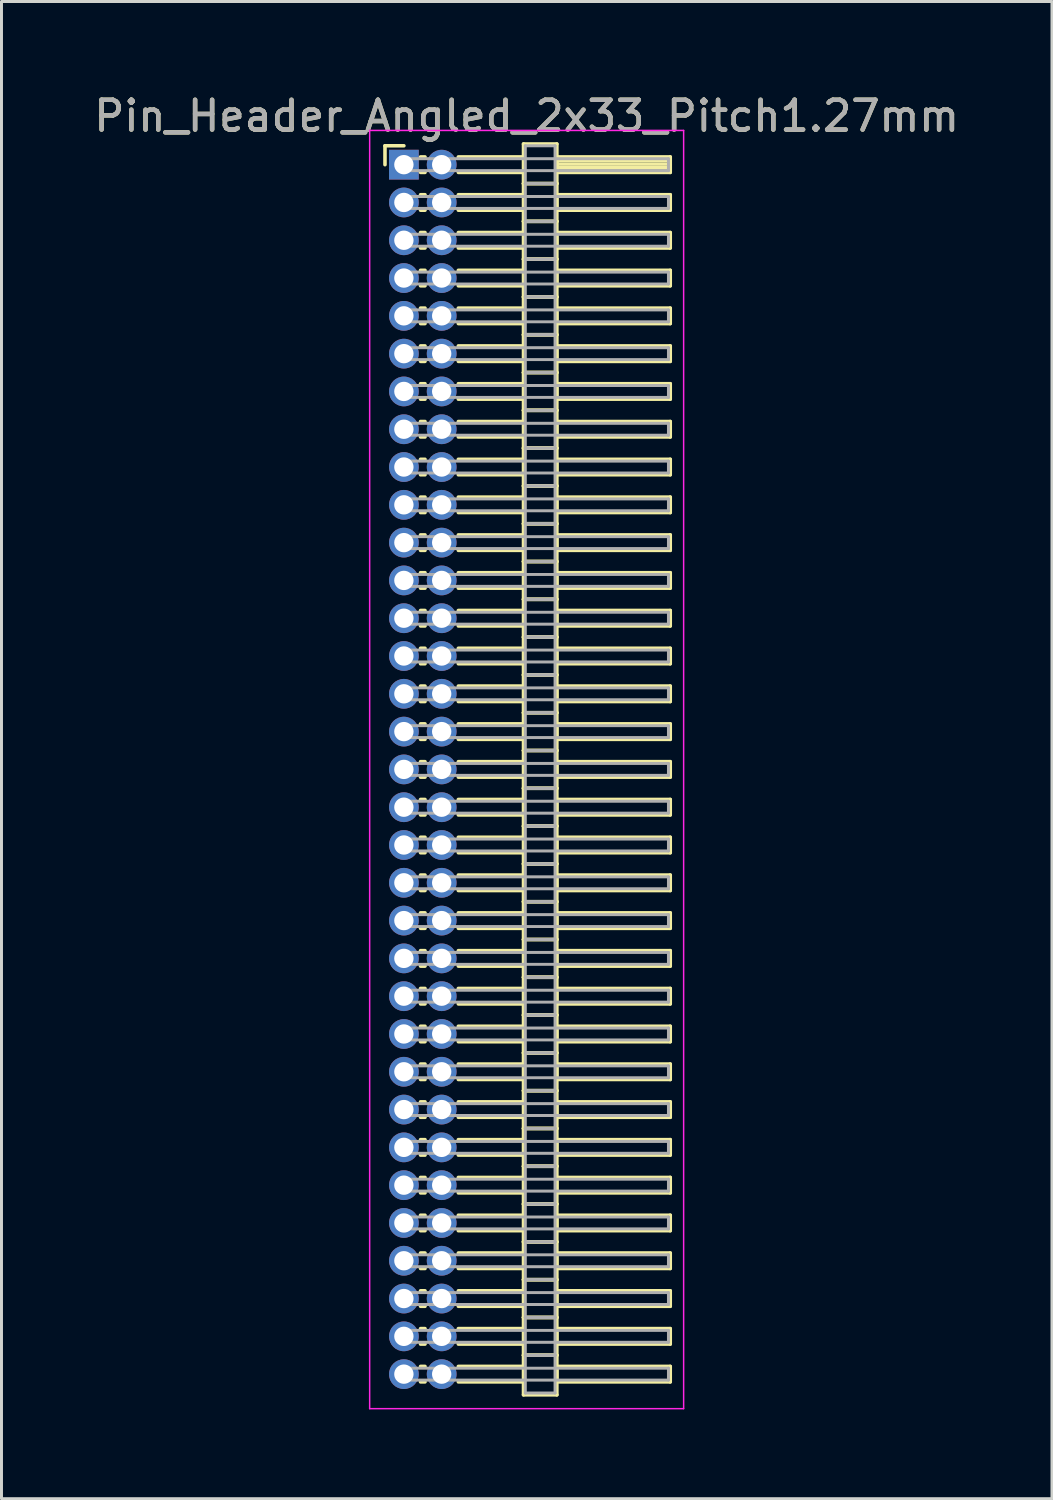
<source format=kicad_pcb>
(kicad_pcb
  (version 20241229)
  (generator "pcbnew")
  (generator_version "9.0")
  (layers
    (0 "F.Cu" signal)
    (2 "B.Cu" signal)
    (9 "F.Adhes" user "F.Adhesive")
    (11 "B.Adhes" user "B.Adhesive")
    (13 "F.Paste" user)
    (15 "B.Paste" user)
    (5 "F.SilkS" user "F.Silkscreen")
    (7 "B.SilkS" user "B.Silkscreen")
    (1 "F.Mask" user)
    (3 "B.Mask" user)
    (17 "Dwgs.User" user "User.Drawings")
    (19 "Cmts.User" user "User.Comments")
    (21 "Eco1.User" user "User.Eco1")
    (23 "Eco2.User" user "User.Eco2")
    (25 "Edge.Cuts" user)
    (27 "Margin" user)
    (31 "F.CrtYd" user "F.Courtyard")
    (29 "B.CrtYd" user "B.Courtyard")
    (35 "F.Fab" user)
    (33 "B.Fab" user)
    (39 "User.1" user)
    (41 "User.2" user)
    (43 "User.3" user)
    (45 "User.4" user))
  (footprint "Pin_Header_Angled_2x33_Pitch1.27mm"
    (layer "F.Cu")
    (at 10.521 2.483)
    (property "Reference" "Pin_Header_Angled_2x33_Pitch1.27mm" (at 4.128 -1.635 0) (layer "F.SilkS") (effects (font (size 1 1) (thickness 0.15))))
    (attr through_hole)
    (fp_line (start -0.635 -0.635) (end 0 -0.635) (stroke (width 0.12) (type solid)) (layer "F.SilkS"))
    (fp_line (start -0.635 0) (end -0.635 -0.635) (stroke (width 0.12) (type solid)) (layer "F.SilkS"))
    (fp_line (start 0.56 -0.26) (end 0.71 -0.26) (stroke (width 0.12) (type solid)) (layer "F.SilkS"))
    (fp_line (start 0.56 0.26) (end 0.71 0.26) (stroke (width 0.12) (type solid)) (layer "F.SilkS"))
    (fp_line (start 0.56 1.01) (end 0.71 1.01) (stroke (width 0.12) (type solid)) (layer "F.SilkS"))
    (fp_line (start 0.56 1.53) (end 0.71 1.53) (stroke (width 0.12) (type solid)) (layer "F.SilkS"))
    (fp_line (start 0.56 2.28) (end 0.71 2.28) (stroke (width 0.12) (type solid)) (layer "F.SilkS"))
    (fp_line (start 0.56 2.8) (end 0.71 2.8) (stroke (width 0.12) (type solid)) (layer "F.SilkS"))
    (fp_line (start 0.56 3.55) (end 0.71 3.55) (stroke (width 0.12) (type solid)) (layer "F.SilkS"))
    (fp_line (start 0.56 4.07) (end 0.71 4.07) (stroke (width 0.12) (type solid)) (layer "F.SilkS"))
    (fp_line (start 0.56 4.82) (end 0.71 4.82) (stroke (width 0.12) (type solid)) (layer "F.SilkS"))
    (fp_line (start 0.56 5.34) (end 0.71 5.34) (stroke (width 0.12) (type solid)) (layer "F.SilkS"))
    (fp_line (start 0.56 6.09) (end 0.71 6.09) (stroke (width 0.12) (type solid)) (layer "F.SilkS"))
    (fp_line (start 0.56 6.61) (end 0.71 6.61) (stroke (width 0.12) (type solid)) (layer "F.SilkS"))
    (fp_line (start 0.56 7.36) (end 0.71 7.36) (stroke (width 0.12) (type solid)) (layer "F.SilkS"))
    (fp_line (start 0.56 7.88) (end 0.71 7.88) (stroke (width 0.12) (type solid)) (layer "F.SilkS"))
    (fp_line (start 0.56 8.63) (end 0.71 8.63) (stroke (width 0.12) (type solid)) (layer "F.SilkS"))
    (fp_line (start 0.56 9.15) (end 0.71 9.15) (stroke (width 0.12) (type solid)) (layer "F.SilkS"))
    (fp_line (start 0.56 9.9) (end 0.71 9.9) (stroke (width 0.12) (type solid)) (layer "F.SilkS"))
    (fp_line (start 0.56 10.42) (end 0.71 10.42) (stroke (width 0.12) (type solid)) (layer "F.SilkS"))
    (fp_line (start 0.56 11.17) (end 0.71 11.17) (stroke (width 0.12) (type solid)) (layer "F.SilkS"))
    (fp_line (start 0.56 11.69) (end 0.71 11.69) (stroke (width 0.12) (type solid)) (layer "F.SilkS"))
    (fp_line (start 0.56 12.44) (end 0.71 12.44) (stroke (width 0.12) (type solid)) (layer "F.SilkS"))
    (fp_line (start 0.56 12.96) (end 0.71 12.96) (stroke (width 0.12) (type solid)) (layer "F.SilkS"))
    (fp_line (start 0.56 13.71) (end 0.71 13.71) (stroke (width 0.12) (type solid)) (layer "F.SilkS"))
    (fp_line (start 0.56 14.23) (end 0.71 14.23) (stroke (width 0.12) (type solid)) (layer "F.SilkS"))
    (fp_line (start 0.56 14.98) (end 0.71 14.98) (stroke (width 0.12) (type solid)) (layer "F.SilkS"))
    (fp_line (start 0.56 15.5) (end 0.71 15.5) (stroke (width 0.12) (type solid)) (layer "F.SilkS"))
    (fp_line (start 0.56 16.25) (end 0.71 16.25) (stroke (width 0.12) (type solid)) (layer "F.SilkS"))
    (fp_line (start 0.56 16.77) (end 0.71 16.77) (stroke (width 0.12) (type solid)) (layer "F.SilkS"))
    (fp_line (start 0.56 17.52) (end 0.71 17.52) (stroke (width 0.12) (type solid)) (layer "F.SilkS"))
    (fp_line (start 0.56 18.04) (end 0.71 18.04) (stroke (width 0.12) (type solid)) (layer "F.SilkS"))
    (fp_line (start 0.56 18.79) (end 0.71 18.79) (stroke (width 0.12) (type solid)) (layer "F.SilkS"))
    (fp_line (start 0.56 19.31) (end 0.71 19.31) (stroke (width 0.12) (type solid)) (layer "F.SilkS"))
    (fp_line (start 0.56 20.06) (end 0.71 20.06) (stroke (width 0.12) (type solid)) (layer "F.SilkS"))
    (fp_line (start 0.56 20.58) (end 0.71 20.58) (stroke (width 0.12) (type solid)) (layer "F.SilkS"))
    (fp_line (start 0.56 21.33) (end 0.71 21.33) (stroke (width 0.12) (type solid)) (layer "F.SilkS"))
    (fp_line (start 0.56 21.85) (end 0.71 21.85) (stroke (width 0.12) (type solid)) (layer "F.SilkS"))
    (fp_line (start 0.56 22.6) (end 0.71 22.6) (stroke (width 0.12) (type solid)) (layer "F.SilkS"))
    (fp_line (start 0.56 23.12) (end 0.71 23.12) (stroke (width 0.12) (type solid)) (layer "F.SilkS"))
    (fp_line (start 0.56 23.87) (end 0.71 23.87) (stroke (width 0.12) (type solid)) (layer "F.SilkS"))
    (fp_line (start 0.56 24.39) (end 0.71 24.39) (stroke (width 0.12) (type solid)) (layer "F.SilkS"))
    (fp_line (start 0.56 25.14) (end 0.71 25.14) (stroke (width 0.12) (type solid)) (layer "F.SilkS"))
    (fp_line (start 0.56 25.66) (end 0.71 25.66) (stroke (width 0.12) (type solid)) (layer "F.SilkS"))
    (fp_line (start 0.56 26.41) (end 0.71 26.41) (stroke (width 0.12) (type solid)) (layer "F.SilkS"))
    (fp_line (start 0.56 26.93) (end 0.71 26.93) (stroke (width 0.12) (type solid)) (layer "F.SilkS"))
    (fp_line (start 0.56 27.68) (end 0.71 27.68) (stroke (width 0.12) (type solid)) (layer "F.SilkS"))
    (fp_line (start 0.56 28.2) (end 0.71 28.2) (stroke (width 0.12) (type solid)) (layer "F.SilkS"))
    (fp_line (start 0.56 28.95) (end 0.71 28.95) (stroke (width 0.12) (type solid)) (layer "F.SilkS"))
    (fp_line (start 0.56 29.47) (end 0.71 29.47) (stroke (width 0.12) (type solid)) (layer "F.SilkS"))
    (fp_line (start 0.56 30.22) (end 0.71 30.22) (stroke (width 0.12) (type solid)) (layer "F.SilkS"))
    (fp_line (start 0.56 30.74) (end 0.71 30.74) (stroke (width 0.12) (type solid)) (layer "F.SilkS"))
    (fp_line (start 0.56 31.49) (end 0.71 31.49) (stroke (width 0.12) (type solid)) (layer "F.SilkS"))
    (fp_line (start 0.56 32.01) (end 0.71 32.01) (stroke (width 0.12) (type solid)) (layer "F.SilkS"))
    (fp_line (start 0.56 32.76) (end 0.71 32.76) (stroke (width 0.12) (type solid)) (layer "F.SilkS"))
    (fp_line (start 0.56 33.28) (end 0.71 33.28) (stroke (width 0.12) (type solid)) (layer "F.SilkS"))
    (fp_line (start 0.56 34.03) (end 0.71 34.03) (stroke (width 0.12) (type solid)) (layer "F.SilkS"))
    (fp_line (start 0.56 34.55) (end 0.71 34.55) (stroke (width 0.12) (type solid)) (layer "F.SilkS"))
    (fp_line (start 0.56 35.3) (end 0.71 35.3) (stroke (width 0.12) (type solid)) (layer "F.SilkS"))
    (fp_line (start 0.56 35.82) (end 0.71 35.82) (stroke (width 0.12) (type solid)) (layer "F.SilkS"))
    (fp_line (start 0.56 36.57) (end 0.71 36.57) (stroke (width 0.12) (type solid)) (layer "F.SilkS"))
    (fp_line (start 0.56 37.09) (end 0.71 37.09) (stroke (width 0.12) (type solid)) (layer "F.SilkS"))
    (fp_line (start 0.56 37.84) (end 0.71 37.84) (stroke (width 0.12) (type solid)) (layer "F.SilkS"))
    (fp_line (start 0.56 38.36) (end 0.71 38.36) (stroke (width 0.12) (type solid)) (layer "F.SilkS"))
    (fp_line (start 0.56 39.11) (end 0.71 39.11) (stroke (width 0.12) (type solid)) (layer "F.SilkS"))
    (fp_line (start 0.56 39.63) (end 0.71 39.63) (stroke (width 0.12) (type solid)) (layer "F.SilkS"))
    (fp_line (start 0.56 40.38) (end 0.71 40.38) (stroke (width 0.12) (type solid)) (layer "F.SilkS"))
    (fp_line (start 0.56 40.9) (end 0.71 40.9) (stroke (width 0.12) (type solid)) (layer "F.SilkS"))
    (fp_line (start 1.83 -0.26) (end 4.02 -0.26) (stroke (width 0.12) (type solid)) (layer "F.SilkS"))
    (fp_line (start 1.83 0.26) (end 4.02 0.26) (stroke (width 0.12) (type solid)) (layer "F.SilkS"))
    (fp_line (start 1.83 1.01) (end 4.02 1.01) (stroke (width 0.12) (type solid)) (layer "F.SilkS"))
    (fp_line (start 1.83 1.53) (end 4.02 1.53) (stroke (width 0.12) (type solid)) (layer "F.SilkS"))
    (fp_line (start 1.83 2.28) (end 4.02 2.28) (stroke (width 0.12) (type solid)) (layer "F.SilkS"))
    (fp_line (start 1.83 2.8) (end 4.02 2.8) (stroke (width 0.12) (type solid)) (layer "F.SilkS"))
    (fp_line (start 1.83 3.55) (end 4.02 3.55) (stroke (width 0.12) (type solid)) (layer "F.SilkS"))
    (fp_line (start 1.83 4.07) (end 4.02 4.07) (stroke (width 0.12) (type solid)) (layer "F.SilkS"))
    (fp_line (start 1.83 4.82) (end 4.02 4.82) (stroke (width 0.12) (type solid)) (layer "F.SilkS"))
    (fp_line (start 1.83 5.34) (end 4.02 5.34) (stroke (width 0.12) (type solid)) (layer "F.SilkS"))
    (fp_line (start 1.83 6.09) (end 4.02 6.09) (stroke (width 0.12) (type solid)) (layer "F.SilkS"))
    (fp_line (start 1.83 6.61) (end 4.02 6.61) (stroke (width 0.12) (type solid)) (layer "F.SilkS"))
    (fp_line (start 1.83 7.36) (end 4.02 7.36) (stroke (width 0.12) (type solid)) (layer "F.SilkS"))
    (fp_line (start 1.83 7.88) (end 4.02 7.88) (stroke (width 0.12) (type solid)) (layer "F.SilkS"))
    (fp_line (start 1.83 8.63) (end 4.02 8.63) (stroke (width 0.12) (type solid)) (layer "F.SilkS"))
    (fp_line (start 1.83 9.15) (end 4.02 9.15) (stroke (width 0.12) (type solid)) (layer "F.SilkS"))
    (fp_line (start 1.83 9.9) (end 4.02 9.9) (stroke (width 0.12) (type solid)) (layer "F.SilkS"))
    (fp_line (start 1.83 10.42) (end 4.02 10.42) (stroke (width 0.12) (type solid)) (layer "F.SilkS"))
    (fp_line (start 1.83 11.17) (end 4.02 11.17) (stroke (width 0.12) (type solid)) (layer "F.SilkS"))
    (fp_line (start 1.83 11.69) (end 4.02 11.69) (stroke (width 0.12) (type solid)) (layer "F.SilkS"))
    (fp_line (start 1.83 12.44) (end 4.02 12.44) (stroke (width 0.12) (type solid)) (layer "F.SilkS"))
    (fp_line (start 1.83 12.96) (end 4.02 12.96) (stroke (width 0.12) (type solid)) (layer "F.SilkS"))
    (fp_line (start 1.83 13.71) (end 4.02 13.71) (stroke (width 0.12) (type solid)) (layer "F.SilkS"))
    (fp_line (start 1.83 14.23) (end 4.02 14.23) (stroke (width 0.12) (type solid)) (layer "F.SilkS"))
    (fp_line (start 1.83 14.98) (end 4.02 14.98) (stroke (width 0.12) (type solid)) (layer "F.SilkS"))
    (fp_line (start 1.83 15.5) (end 4.02 15.5) (stroke (width 0.12) (type solid)) (layer "F.SilkS"))
    (fp_line (start 1.83 16.25) (end 4.02 16.25) (stroke (width 0.12) (type solid)) (layer "F.SilkS"))
    (fp_line (start 1.83 16.77) (end 4.02 16.77) (stroke (width 0.12) (type solid)) (layer "F.SilkS"))
    (fp_line (start 1.83 17.52) (end 4.02 17.52) (stroke (width 0.12) (type solid)) (layer "F.SilkS"))
    (fp_line (start 1.83 18.04) (end 4.02 18.04) (stroke (width 0.12) (type solid)) (layer "F.SilkS"))
    (fp_line (start 1.83 18.79) (end 4.02 18.79) (stroke (width 0.12) (type solid)) (layer "F.SilkS"))
    (fp_line (start 1.83 19.31) (end 4.02 19.31) (stroke (width 0.12) (type solid)) (layer "F.SilkS"))
    (fp_line (start 1.83 20.06) (end 4.02 20.06) (stroke (width 0.12) (type solid)) (layer "F.SilkS"))
    (fp_line (start 1.83 20.58) (end 4.02 20.58) (stroke (width 0.12) (type solid)) (layer "F.SilkS"))
    (fp_line (start 1.83 21.33) (end 4.02 21.33) (stroke (width 0.12) (type solid)) (layer "F.SilkS"))
    (fp_line (start 1.83 21.85) (end 4.02 21.85) (stroke (width 0.12) (type solid)) (layer "F.SilkS"))
    (fp_line (start 1.83 22.6) (end 4.02 22.6) (stroke (width 0.12) (type solid)) (layer "F.SilkS"))
    (fp_line (start 1.83 23.12) (end 4.02 23.12) (stroke (width 0.12) (type solid)) (layer "F.SilkS"))
    (fp_line (start 1.83 23.87) (end 4.02 23.87) (stroke (width 0.12) (type solid)) (layer "F.SilkS"))
    (fp_line (start 1.83 24.39) (end 4.02 24.39) (stroke (width 0.12) (type solid)) (layer "F.SilkS"))
    (fp_line (start 1.83 25.14) (end 4.02 25.14) (stroke (width 0.12) (type solid)) (layer "F.SilkS"))
    (fp_line (start 1.83 25.66) (end 4.02 25.66) (stroke (width 0.12) (type solid)) (layer "F.SilkS"))
    (fp_line (start 1.83 26.41) (end 4.02 26.41) (stroke (width 0.12) (type solid)) (layer "F.SilkS"))
    (fp_line (start 1.83 26.93) (end 4.02 26.93) (stroke (width 0.12) (type solid)) (layer "F.SilkS"))
    (fp_line (start 1.83 27.68) (end 4.02 27.68) (stroke (width 0.12) (type solid)) (layer "F.SilkS"))
    (fp_line (start 1.83 28.2) (end 4.02 28.2) (stroke (width 0.12) (type solid)) (layer "F.SilkS"))
    (fp_line (start 1.83 28.95) (end 4.02 28.95) (stroke (width 0.12) (type solid)) (layer "F.SilkS"))
    (fp_line (start 1.83 29.47) (end 4.02 29.47) (stroke (width 0.12) (type solid)) (layer "F.SilkS"))
    (fp_line (start 1.83 30.22) (end 4.02 30.22) (stroke (width 0.12) (type solid)) (layer "F.SilkS"))
    (fp_line (start 1.83 30.74) (end 4.02 30.74) (stroke (width 0.12) (type solid)) (layer "F.SilkS"))
    (fp_line (start 1.83 31.49) (end 4.02 31.49) (stroke (width 0.12) (type solid)) (layer "F.SilkS"))
    (fp_line (start 1.83 32.01) (end 4.02 32.01) (stroke (width 0.12) (type solid)) (layer "F.SilkS"))
    (fp_line (start 1.83 32.76) (end 4.02 32.76) (stroke (width 0.12) (type solid)) (layer "F.SilkS"))
    (fp_line (start 1.83 33.28) (end 4.02 33.28) (stroke (width 0.12) (type solid)) (layer "F.SilkS"))
    (fp_line (start 1.83 34.03) (end 4.02 34.03) (stroke (width 0.12) (type solid)) (layer "F.SilkS"))
    (fp_line (start 1.83 34.55) (end 4.02 34.55) (stroke (width 0.12) (type solid)) (layer "F.SilkS"))
    (fp_line (start 1.83 35.3) (end 4.02 35.3) (stroke (width 0.12) (type solid)) (layer "F.SilkS"))
    (fp_line (start 1.83 35.82) (end 4.02 35.82) (stroke (width 0.12) (type solid)) (layer "F.SilkS"))
    (fp_line (start 1.83 36.57) (end 4.02 36.57) (stroke (width 0.12) (type solid)) (layer "F.SilkS"))
    (fp_line (start 1.83 37.09) (end 4.02 37.09) (stroke (width 0.12) (type solid)) (layer "F.SilkS"))
    (fp_line (start 1.83 37.84) (end 4.02 37.84) (stroke (width 0.12) (type solid)) (layer "F.SilkS"))
    (fp_line (start 1.83 38.36) (end 4.02 38.36) (stroke (width 0.12) (type solid)) (layer "F.SilkS"))
    (fp_line (start 1.83 39.11) (end 4.02 39.11) (stroke (width 0.12) (type solid)) (layer "F.SilkS"))
    (fp_line (start 1.83 39.63) (end 4.02 39.63) (stroke (width 0.12) (type solid)) (layer "F.SilkS"))
    (fp_line (start 1.83 40.38) (end 4.02 40.38) (stroke (width 0.12) (type solid)) (layer "F.SilkS"))
    (fp_line (start 1.83 40.9) (end 4.02 40.9) (stroke (width 0.12) (type solid)) (layer "F.SilkS"))
    (fp_line (start 4.02 -0.695) (end 4.02 0.635) (stroke (width 0.12) (type solid)) (layer "F.SilkS"))
    (fp_line (start 4.02 0.635) (end 4.02 1.905) (stroke (width 0.12) (type solid)) (layer "F.SilkS"))
    (fp_line (start 4.02 0.635) (end 5.14 0.635) (stroke (width 0.12) (type solid)) (layer "F.SilkS"))
    (fp_line (start 4.02 1.905) (end 4.02 3.175) (stroke (width 0.12) (type solid)) (layer "F.SilkS"))
    (fp_line (start 4.02 1.905) (end 5.14 1.905) (stroke (width 0.12) (type solid)) (layer "F.SilkS"))
    (fp_line (start 4.02 3.175) (end 4.02 4.445) (stroke (width 0.12) (type solid)) (layer "F.SilkS"))
    (fp_line (start 4.02 3.175) (end 5.14 3.175) (stroke (width 0.12) (type solid)) (layer "F.SilkS"))
    (fp_line (start 4.02 4.445) (end 4.02 5.715) (stroke (width 0.12) (type solid)) (layer "F.SilkS"))
    (fp_line (start 4.02 4.445) (end 5.14 4.445) (stroke (width 0.12) (type solid)) (layer "F.SilkS"))
    (fp_line (start 4.02 5.715) (end 4.02 6.985) (stroke (width 0.12) (type solid)) (layer "F.SilkS"))
    (fp_line (start 4.02 5.715) (end 5.14 5.715) (stroke (width 0.12) (type solid)) (layer "F.SilkS"))
    (fp_line (start 4.02 6.985) (end 4.02 8.255) (stroke (width 0.12) (type solid)) (layer "F.SilkS"))
    (fp_line (start 4.02 6.985) (end 5.14 6.985) (stroke (width 0.12) (type solid)) (layer "F.SilkS"))
    (fp_line (start 4.02 8.255) (end 4.02 9.525) (stroke (width 0.12) (type solid)) (layer "F.SilkS"))
    (fp_line (start 4.02 8.255) (end 5.14 8.255) (stroke (width 0.12) (type solid)) (layer "F.SilkS"))
    (fp_line (start 4.02 9.525) (end 4.02 10.795) (stroke (width 0.12) (type solid)) (layer "F.SilkS"))
    (fp_line (start 4.02 9.525) (end 5.14 9.525) (stroke (width 0.12) (type solid)) (layer "F.SilkS"))
    (fp_line (start 4.02 10.795) (end 4.02 12.065) (stroke (width 0.12) (type solid)) (layer "F.SilkS"))
    (fp_line (start 4.02 10.795) (end 5.14 10.795) (stroke (width 0.12) (type solid)) (layer "F.SilkS"))
    (fp_line (start 4.02 12.065) (end 4.02 13.335) (stroke (width 0.12) (type solid)) (layer "F.SilkS"))
    (fp_line (start 4.02 12.065) (end 5.14 12.065) (stroke (width 0.12) (type solid)) (layer "F.SilkS"))
    (fp_line (start 4.02 13.335) (end 4.02 14.605) (stroke (width 0.12) (type solid)) (layer "F.SilkS"))
    (fp_line (start 4.02 13.335) (end 5.14 13.335) (stroke (width 0.12) (type solid)) (layer "F.SilkS"))
    (fp_line (start 4.02 14.605) (end 4.02 15.875) (stroke (width 0.12) (type solid)) (layer "F.SilkS"))
    (fp_line (start 4.02 14.605) (end 5.14 14.605) (stroke (width 0.12) (type solid)) (layer "F.SilkS"))
    (fp_line (start 4.02 15.875) (end 4.02 17.145) (stroke (width 0.12) (type solid)) (layer "F.SilkS"))
    (fp_line (start 4.02 15.875) (end 5.14 15.875) (stroke (width 0.12) (type solid)) (layer "F.SilkS"))
    (fp_line (start 4.02 17.145) (end 4.02 18.415) (stroke (width 0.12) (type solid)) (layer "F.SilkS"))
    (fp_line (start 4.02 17.145) (end 5.14 17.145) (stroke (width 0.12) (type solid)) (layer "F.SilkS"))
    (fp_line (start 4.02 18.415) (end 4.02 19.685) (stroke (width 0.12) (type solid)) (layer "F.SilkS"))
    (fp_line (start 4.02 18.415) (end 5.14 18.415) (stroke (width 0.12) (type solid)) (layer "F.SilkS"))
    (fp_line (start 4.02 19.685) (end 4.02 20.955) (stroke (width 0.12) (type solid)) (layer "F.SilkS"))
    (fp_line (start 4.02 19.685) (end 5.14 19.685) (stroke (width 0.12) (type solid)) (layer "F.SilkS"))
    (fp_line (start 4.02 20.955) (end 4.02 22.225) (stroke (width 0.12) (type solid)) (layer "F.SilkS"))
    (fp_line (start 4.02 20.955) (end 5.14 20.955) (stroke (width 0.12) (type solid)) (layer "F.SilkS"))
    (fp_line (start 4.02 22.225) (end 4.02 23.495) (stroke (width 0.12) (type solid)) (layer "F.SilkS"))
    (fp_line (start 4.02 22.225) (end 5.14 22.225) (stroke (width 0.12) (type solid)) (layer "F.SilkS"))
    (fp_line (start 4.02 23.495) (end 4.02 24.765) (stroke (width 0.12) (type solid)) (layer "F.SilkS"))
    (fp_line (start 4.02 23.495) (end 5.14 23.495) (stroke (width 0.12) (type solid)) (layer "F.SilkS"))
    (fp_line (start 4.02 24.765) (end 4.02 26.035) (stroke (width 0.12) (type solid)) (layer "F.SilkS"))
    (fp_line (start 4.02 24.765) (end 5.14 24.765) (stroke (width 0.12) (type solid)) (layer "F.SilkS"))
    (fp_line (start 4.02 26.035) (end 4.02 27.305) (stroke (width 0.12) (type solid)) (layer "F.SilkS"))
    (fp_line (start 4.02 26.035) (end 5.14 26.035) (stroke (width 0.12) (type solid)) (layer "F.SilkS"))
    (fp_line (start 4.02 27.305) (end 4.02 28.575) (stroke (width 0.12) (type solid)) (layer "F.SilkS"))
    (fp_line (start 4.02 27.305) (end 5.14 27.305) (stroke (width 0.12) (type solid)) (layer "F.SilkS"))
    (fp_line (start 4.02 28.575) (end 4.02 29.845) (stroke (width 0.12) (type solid)) (layer "F.SilkS"))
    (fp_line (start 4.02 28.575) (end 5.14 28.575) (stroke (width 0.12) (type solid)) (layer "F.SilkS"))
    (fp_line (start 4.02 29.845) (end 4.02 31.115) (stroke (width 0.12) (type solid)) (layer "F.SilkS"))
    (fp_line (start 4.02 29.845) (end 5.14 29.845) (stroke (width 0.12) (type solid)) (layer "F.SilkS"))
    (fp_line (start 4.02 31.115) (end 4.02 32.385) (stroke (width 0.12) (type solid)) (layer "F.SilkS"))
    (fp_line (start 4.02 31.115) (end 5.14 31.115) (stroke (width 0.12) (type solid)) (layer "F.SilkS"))
    (fp_line (start 4.02 32.385) (end 4.02 33.655) (stroke (width 0.12) (type solid)) (layer "F.SilkS"))
    (fp_line (start 4.02 32.385) (end 5.14 32.385) (stroke (width 0.12) (type solid)) (layer "F.SilkS"))
    (fp_line (start 4.02 33.655) (end 4.02 34.925) (stroke (width 0.12) (type solid)) (layer "F.SilkS"))
    (fp_line (start 4.02 33.655) (end 5.14 33.655) (stroke (width 0.12) (type solid)) (layer "F.SilkS"))
    (fp_line (start 4.02 34.925) (end 4.02 36.195) (stroke (width 0.12) (type solid)) (layer "F.SilkS"))
    (fp_line (start 4.02 34.925) (end 5.14 34.925) (stroke (width 0.12) (type solid)) (layer "F.SilkS"))
    (fp_line (start 4.02 36.195) (end 4.02 37.465) (stroke (width 0.12) (type solid)) (layer "F.SilkS"))
    (fp_line (start 4.02 36.195) (end 5.14 36.195) (stroke (width 0.12) (type solid)) (layer "F.SilkS"))
    (fp_line (start 4.02 37.465) (end 4.02 38.735) (stroke (width 0.12) (type solid)) (layer "F.SilkS"))
    (fp_line (start 4.02 37.465) (end 5.14 37.465) (stroke (width 0.12) (type solid)) (layer "F.SilkS"))
    (fp_line (start 4.02 38.735) (end 4.02 40.005) (stroke (width 0.12) (type solid)) (layer "F.SilkS"))
    (fp_line (start 4.02 38.735) (end 5.14 38.735) (stroke (width 0.12) (type solid)) (layer "F.SilkS"))
    (fp_line (start 4.02 40.005) (end 4.02 41.335) (stroke (width 0.12) (type solid)) (layer "F.SilkS"))
    (fp_line (start 4.02 40.005) (end 5.14 40.005) (stroke (width 0.12) (type solid)) (layer "F.SilkS"))
    (fp_line (start 4.02 41.335) (end 5.14 41.335) (stroke (width 0.12) (type solid)) (layer "F.SilkS"))
    (fp_line (start 5.14 -0.695) (end 4.02 -0.695) (stroke (width 0.12) (type solid)) (layer "F.SilkS"))
    (fp_line (start 5.14 -0.26) (end 5.14 0.26) (stroke (width 0.12) (type solid)) (layer "F.SilkS"))
    (fp_line (start 5.14 -0.14) (end 8.95 -0.14) (stroke (width 0.12) (type solid)) (layer "F.SilkS"))
    (fp_line (start 5.14 -0.02) (end 8.95 -0.02) (stroke (width 0.12) (type solid)) (layer "F.SilkS"))
    (fp_line (start 5.14 0.1) (end 8.95 0.1) (stroke (width 0.12) (type solid)) (layer "F.SilkS"))
    (fp_line (start 5.14 0.22) (end 8.95 0.22) (stroke (width 0.12) (type solid)) (layer "F.SilkS"))
    (fp_line (start 5.14 0.26) (end 8.95 0.26) (stroke (width 0.12) (type solid)) (layer "F.SilkS"))
    (fp_line (start 5.14 0.635) (end 4.02 0.635) (stroke (width 0.12) (type solid)) (layer "F.SilkS"))
    (fp_line (start 5.14 0.635) (end 5.14 -0.695) (stroke (width 0.12) (type solid)) (layer "F.SilkS"))
    (fp_line (start 5.14 1.01) (end 5.14 1.53) (stroke (width 0.12) (type solid)) (layer "F.SilkS"))
    (fp_line (start 5.14 1.53) (end 8.95 1.53) (stroke (width 0.12) (type solid)) (layer "F.SilkS"))
    (fp_line (start 5.14 1.905) (end 4.02 1.905) (stroke (width 0.12) (type solid)) (layer "F.SilkS"))
    (fp_line (start 5.14 1.905) (end 5.14 0.635) (stroke (width 0.12) (type solid)) (layer "F.SilkS"))
    (fp_line (start 5.14 2.28) (end 5.14 2.8) (stroke (width 0.12) (type solid)) (layer "F.SilkS"))
    (fp_line (start 5.14 2.8) (end 8.95 2.8) (stroke (width 0.12) (type solid)) (layer "F.SilkS"))
    (fp_line (start 5.14 3.175) (end 4.02 3.175) (stroke (width 0.12) (type solid)) (layer "F.SilkS"))
    (fp_line (start 5.14 3.175) (end 5.14 1.905) (stroke (width 0.12) (type solid)) (layer "F.SilkS"))
    (fp_line (start 5.14 3.55) (end 5.14 4.07) (stroke (width 0.12) (type solid)) (layer "F.SilkS"))
    (fp_line (start 5.14 4.07) (end 8.95 4.07) (stroke (width 0.12) (type solid)) (layer "F.SilkS"))
    (fp_line (start 5.14 4.445) (end 4.02 4.445) (stroke (width 0.12) (type solid)) (layer "F.SilkS"))
    (fp_line (start 5.14 4.445) (end 5.14 3.175) (stroke (width 0.12) (type solid)) (layer "F.SilkS"))
    (fp_line (start 5.14 4.82) (end 5.14 5.34) (stroke (width 0.12) (type solid)) (layer "F.SilkS"))
    (fp_line (start 5.14 5.34) (end 8.95 5.34) (stroke (width 0.12) (type solid)) (layer "F.SilkS"))
    (fp_line (start 5.14 5.715) (end 4.02 5.715) (stroke (width 0.12) (type solid)) (layer "F.SilkS"))
    (fp_line (start 5.14 5.715) (end 5.14 4.445) (stroke (width 0.12) (type solid)) (layer "F.SilkS"))
    (fp_line (start 5.14 6.09) (end 5.14 6.61) (stroke (width 0.12) (type solid)) (layer "F.SilkS"))
    (fp_line (start 5.14 6.61) (end 8.95 6.61) (stroke (width 0.12) (type solid)) (layer "F.SilkS"))
    (fp_line (start 5.14 6.985) (end 4.02 6.985) (stroke (width 0.12) (type solid)) (layer "F.SilkS"))
    (fp_line (start 5.14 6.985) (end 5.14 5.715) (stroke (width 0.12) (type solid)) (layer "F.SilkS"))
    (fp_line (start 5.14 7.36) (end 5.14 7.88) (stroke (width 0.12) (type solid)) (layer "F.SilkS"))
    (fp_line (start 5.14 7.88) (end 8.95 7.88) (stroke (width 0.12) (type solid)) (layer "F.SilkS"))
    (fp_line (start 5.14 8.255) (end 4.02 8.255) (stroke (width 0.12) (type solid)) (layer "F.SilkS"))
    (fp_line (start 5.14 8.255) (end 5.14 6.985) (stroke (width 0.12) (type solid)) (layer "F.SilkS"))
    (fp_line (start 5.14 8.63) (end 5.14 9.15) (stroke (width 0.12) (type solid)) (layer "F.SilkS"))
    (fp_line (start 5.14 9.15) (end 8.95 9.15) (stroke (width 0.12) (type solid)) (layer "F.SilkS"))
    (fp_line (start 5.14 9.525) (end 4.02 9.525) (stroke (width 0.12) (type solid)) (layer "F.SilkS"))
    (fp_line (start 5.14 9.525) (end 5.14 8.255) (stroke (width 0.12) (type solid)) (layer "F.SilkS"))
    (fp_line (start 5.14 9.9) (end 5.14 10.42) (stroke (width 0.12) (type solid)) (layer "F.SilkS"))
    (fp_line (start 5.14 10.42) (end 8.95 10.42) (stroke (width 0.12) (type solid)) (layer "F.SilkS"))
    (fp_line (start 5.14 10.795) (end 4.02 10.795) (stroke (width 0.12) (type solid)) (layer "F.SilkS"))
    (fp_line (start 5.14 10.795) (end 5.14 9.525) (stroke (width 0.12) (type solid)) (layer "F.SilkS"))
    (fp_line (start 5.14 11.17) (end 5.14 11.69) (stroke (width 0.12) (type solid)) (layer "F.SilkS"))
    (fp_line (start 5.14 11.69) (end 8.95 11.69) (stroke (width 0.12) (type solid)) (layer "F.SilkS"))
    (fp_line (start 5.14 12.065) (end 4.02 12.065) (stroke (width 0.12) (type solid)) (layer "F.SilkS"))
    (fp_line (start 5.14 12.065) (end 5.14 10.795) (stroke (width 0.12) (type solid)) (layer "F.SilkS"))
    (fp_line (start 5.14 12.44) (end 5.14 12.96) (stroke (width 0.12) (type solid)) (layer "F.SilkS"))
    (fp_line (start 5.14 12.96) (end 8.95 12.96) (stroke (width 0.12) (type solid)) (layer "F.SilkS"))
    (fp_line (start 5.14 13.335) (end 4.02 13.335) (stroke (width 0.12) (type solid)) (layer "F.SilkS"))
    (fp_line (start 5.14 13.335) (end 5.14 12.065) (stroke (width 0.12) (type solid)) (layer "F.SilkS"))
    (fp_line (start 5.14 13.71) (end 5.14 14.23) (stroke (width 0.12) (type solid)) (layer "F.SilkS"))
    (fp_line (start 5.14 14.23) (end 8.95 14.23) (stroke (width 0.12) (type solid)) (layer "F.SilkS"))
    (fp_line (start 5.14 14.605) (end 4.02 14.605) (stroke (width 0.12) (type solid)) (layer "F.SilkS"))
    (fp_line (start 5.14 14.605) (end 5.14 13.335) (stroke (width 0.12) (type solid)) (layer "F.SilkS"))
    (fp_line (start 5.14 14.98) (end 5.14 15.5) (stroke (width 0.12) (type solid)) (layer "F.SilkS"))
    (fp_line (start 5.14 15.5) (end 8.95 15.5) (stroke (width 0.12) (type solid)) (layer "F.SilkS"))
    (fp_line (start 5.14 15.875) (end 4.02 15.875) (stroke (width 0.12) (type solid)) (layer "F.SilkS"))
    (fp_line (start 5.14 15.875) (end 5.14 14.605) (stroke (width 0.12) (type solid)) (layer "F.SilkS"))
    (fp_line (start 5.14 16.25) (end 5.14 16.77) (stroke (width 0.12) (type solid)) (layer "F.SilkS"))
    (fp_line (start 5.14 16.77) (end 8.95 16.77) (stroke (width 0.12) (type solid)) (layer "F.SilkS"))
    (fp_line (start 5.14 17.145) (end 4.02 17.145) (stroke (width 0.12) (type solid)) (layer "F.SilkS"))
    (fp_line (start 5.14 17.145) (end 5.14 15.875) (stroke (width 0.12) (type solid)) (layer "F.SilkS"))
    (fp_line (start 5.14 17.52) (end 5.14 18.04) (stroke (width 0.12) (type solid)) (layer "F.SilkS"))
    (fp_line (start 5.14 18.04) (end 8.95 18.04) (stroke (width 0.12) (type solid)) (layer "F.SilkS"))
    (fp_line (start 5.14 18.415) (end 4.02 18.415) (stroke (width 0.12) (type solid)) (layer "F.SilkS"))
    (fp_line (start 5.14 18.415) (end 5.14 17.145) (stroke (width 0.12) (type solid)) (layer "F.SilkS"))
    (fp_line (start 5.14 18.79) (end 5.14 19.31) (stroke (width 0.12) (type solid)) (layer "F.SilkS"))
    (fp_line (start 5.14 19.31) (end 8.95 19.31) (stroke (width 0.12) (type solid)) (layer "F.SilkS"))
    (fp_line (start 5.14 19.685) (end 4.02 19.685) (stroke (width 0.12) (type solid)) (layer "F.SilkS"))
    (fp_line (start 5.14 19.685) (end 5.14 18.415) (stroke (width 0.12) (type solid)) (layer "F.SilkS"))
    (fp_line (start 5.14 20.06) (end 5.14 20.58) (stroke (width 0.12) (type solid)) (layer "F.SilkS"))
    (fp_line (start 5.14 20.58) (end 8.95 20.58) (stroke (width 0.12) (type solid)) (layer "F.SilkS"))
    (fp_line (start 5.14 20.955) (end 4.02 20.955) (stroke (width 0.12) (type solid)) (layer "F.SilkS"))
    (fp_line (start 5.14 20.955) (end 5.14 19.685) (stroke (width 0.12) (type solid)) (layer "F.SilkS"))
    (fp_line (start 5.14 21.33) (end 5.14 21.85) (stroke (width 0.12) (type solid)) (layer "F.SilkS"))
    (fp_line (start 5.14 21.85) (end 8.95 21.85) (stroke (width 0.12) (type solid)) (layer "F.SilkS"))
    (fp_line (start 5.14 22.225) (end 4.02 22.225) (stroke (width 0.12) (type solid)) (layer "F.SilkS"))
    (fp_line (start 5.14 22.225) (end 5.14 20.955) (stroke (width 0.12) (type solid)) (layer "F.SilkS"))
    (fp_line (start 5.14 22.6) (end 5.14 23.12) (stroke (width 0.12) (type solid)) (layer "F.SilkS"))
    (fp_line (start 5.14 23.12) (end 8.95 23.12) (stroke (width 0.12) (type solid)) (layer "F.SilkS"))
    (fp_line (start 5.14 23.495) (end 4.02 23.495) (stroke (width 0.12) (type solid)) (layer "F.SilkS"))
    (fp_line (start 5.14 23.495) (end 5.14 22.225) (stroke (width 0.12) (type solid)) (layer "F.SilkS"))
    (fp_line (start 5.14 23.87) (end 5.14 24.39) (stroke (width 0.12) (type solid)) (layer "F.SilkS"))
    (fp_line (start 5.14 24.39) (end 8.95 24.39) (stroke (width 0.12) (type solid)) (layer "F.SilkS"))
    (fp_line (start 5.14 24.765) (end 4.02 24.765) (stroke (width 0.12) (type solid)) (layer "F.SilkS"))
    (fp_line (start 5.14 24.765) (end 5.14 23.495) (stroke (width 0.12) (type solid)) (layer "F.SilkS"))
    (fp_line (start 5.14 25.14) (end 5.14 25.66) (stroke (width 0.12) (type solid)) (layer "F.SilkS"))
    (fp_line (start 5.14 25.66) (end 8.95 25.66) (stroke (width 0.12) (type solid)) (layer "F.SilkS"))
    (fp_line (start 5.14 26.035) (end 4.02 26.035) (stroke (width 0.12) (type solid)) (layer "F.SilkS"))
    (fp_line (start 5.14 26.035) (end 5.14 24.765) (stroke (width 0.12) (type solid)) (layer "F.SilkS"))
    (fp_line (start 5.14 26.41) (end 5.14 26.93) (stroke (width 0.12) (type solid)) (layer "F.SilkS"))
    (fp_line (start 5.14 26.93) (end 8.95 26.93) (stroke (width 0.12) (type solid)) (layer "F.SilkS"))
    (fp_line (start 5.14 27.305) (end 4.02 27.305) (stroke (width 0.12) (type solid)) (layer "F.SilkS"))
    (fp_line (start 5.14 27.305) (end 5.14 26.035) (stroke (width 0.12) (type solid)) (layer "F.SilkS"))
    (fp_line (start 5.14 27.68) (end 5.14 28.2) (stroke (width 0.12) (type solid)) (layer "F.SilkS"))
    (fp_line (start 5.14 28.2) (end 8.95 28.2) (stroke (width 0.12) (type solid)) (layer "F.SilkS"))
    (fp_line (start 5.14 28.575) (end 4.02 28.575) (stroke (width 0.12) (type solid)) (layer "F.SilkS"))
    (fp_line (start 5.14 28.575) (end 5.14 27.305) (stroke (width 0.12) (type solid)) (layer "F.SilkS"))
    (fp_line (start 5.14 28.95) (end 5.14 29.47) (stroke (width 0.12) (type solid)) (layer "F.SilkS"))
    (fp_line (start 5.14 29.47) (end 8.95 29.47) (stroke (width 0.12) (type solid)) (layer "F.SilkS"))
    (fp_line (start 5.14 29.845) (end 4.02 29.845) (stroke (width 0.12) (type solid)) (layer "F.SilkS"))
    (fp_line (start 5.14 29.845) (end 5.14 28.575) (stroke (width 0.12) (type solid)) (layer "F.SilkS"))
    (fp_line (start 5.14 30.22) (end 5.14 30.74) (stroke (width 0.12) (type solid)) (layer "F.SilkS"))
    (fp_line (start 5.14 30.74) (end 8.95 30.74) (stroke (width 0.12) (type solid)) (layer "F.SilkS"))
    (fp_line (start 5.14 31.115) (end 4.02 31.115) (stroke (width 0.12) (type solid)) (layer "F.SilkS"))
    (fp_line (start 5.14 31.115) (end 5.14 29.845) (stroke (width 0.12) (type solid)) (layer "F.SilkS"))
    (fp_line (start 5.14 31.49) (end 5.14 32.01) (stroke (width 0.12) (type solid)) (layer "F.SilkS"))
    (fp_line (start 5.14 32.01) (end 8.95 32.01) (stroke (width 0.12) (type solid)) (layer "F.SilkS"))
    (fp_line (start 5.14 32.385) (end 4.02 32.385) (stroke (width 0.12) (type solid)) (layer "F.SilkS"))
    (fp_line (start 5.14 32.385) (end 5.14 31.115) (stroke (width 0.12) (type solid)) (layer "F.SilkS"))
    (fp_line (start 5.14 32.76) (end 5.14 33.28) (stroke (width 0.12) (type solid)) (layer "F.SilkS"))
    (fp_line (start 5.14 33.28) (end 8.95 33.28) (stroke (width 0.12) (type solid)) (layer "F.SilkS"))
    (fp_line (start 5.14 33.655) (end 4.02 33.655) (stroke (width 0.12) (type solid)) (layer "F.SilkS"))
    (fp_line (start 5.14 33.655) (end 5.14 32.385) (stroke (width 0.12) (type solid)) (layer "F.SilkS"))
    (fp_line (start 5.14 34.03) (end 5.14 34.55) (stroke (width 0.12) (type solid)) (layer "F.SilkS"))
    (fp_line (start 5.14 34.55) (end 8.95 34.55) (stroke (width 0.12) (type solid)) (layer "F.SilkS"))
    (fp_line (start 5.14 34.925) (end 4.02 34.925) (stroke (width 0.12) (type solid)) (layer "F.SilkS"))
    (fp_line (start 5.14 34.925) (end 5.14 33.655) (stroke (width 0.12) (type solid)) (layer "F.SilkS"))
    (fp_line (start 5.14 35.3) (end 5.14 35.82) (stroke (width 0.12) (type solid)) (layer "F.SilkS"))
    (fp_line (start 5.14 35.82) (end 8.95 35.82) (stroke (width 0.12) (type solid)) (layer "F.SilkS"))
    (fp_line (start 5.14 36.195) (end 4.02 36.195) (stroke (width 0.12) (type solid)) (layer "F.SilkS"))
    (fp_line (start 5.14 36.195) (end 5.14 34.925) (stroke (width 0.12) (type solid)) (layer "F.SilkS"))
    (fp_line (start 5.14 36.57) (end 5.14 37.09) (stroke (width 0.12) (type solid)) (layer "F.SilkS"))
    (fp_line (start 5.14 37.09) (end 8.95 37.09) (stroke (width 0.12) (type solid)) (layer "F.SilkS"))
    (fp_line (start 5.14 37.465) (end 4.02 37.465) (stroke (width 0.12) (type solid)) (layer "F.SilkS"))
    (fp_line (start 5.14 37.465) (end 5.14 36.195) (stroke (width 0.12) (type solid)) (layer "F.SilkS"))
    (fp_line (start 5.14 37.84) (end 5.14 38.36) (stroke (width 0.12) (type solid)) (layer "F.SilkS"))
    (fp_line (start 5.14 38.36) (end 8.95 38.36) (stroke (width 0.12) (type solid)) (layer "F.SilkS"))
    (fp_line (start 5.14 38.735) (end 4.02 38.735) (stroke (width 0.12) (type solid)) (layer "F.SilkS"))
    (fp_line (start 5.14 38.735) (end 5.14 37.465) (stroke (width 0.12) (type solid)) (layer "F.SilkS"))
    (fp_line (start 5.14 39.11) (end 5.14 39.63) (stroke (width 0.12) (type solid)) (layer "F.SilkS"))
    (fp_line (start 5.14 39.63) (end 8.95 39.63) (stroke (width 0.12) (type solid)) (layer "F.SilkS"))
    (fp_line (start 5.14 40.005) (end 4.02 40.005) (stroke (width 0.12) (type solid)) (layer "F.SilkS"))
    (fp_line (start 5.14 40.005) (end 5.14 38.735) (stroke (width 0.12) (type solid)) (layer "F.SilkS"))
    (fp_line (start 5.14 40.38) (end 5.14 40.9) (stroke (width 0.12) (type solid)) (layer "F.SilkS"))
    (fp_line (start 5.14 40.9) (end 8.95 40.9) (stroke (width 0.12) (type solid)) (layer "F.SilkS"))
    (fp_line (start 5.14 41.335) (end 5.14 40.005) (stroke (width 0.12) (type solid)) (layer "F.SilkS"))
    (fp_line (start 8.95 -0.26) (end 5.14 -0.26) (stroke (width 0.12) (type solid)) (layer "F.SilkS"))
    (fp_line (start 8.95 0.26) (end 8.95 -0.26) (stroke (width 0.12) (type solid)) (layer "F.SilkS"))
    (fp_line (start 8.95 1.01) (end 5.14 1.01) (stroke (width 0.12) (type solid)) (layer "F.SilkS"))
    (fp_line (start 8.95 1.53) (end 8.95 1.01) (stroke (width 0.12) (type solid)) (layer "F.SilkS"))
    (fp_line (start 8.95 2.28) (end 5.14 2.28) (stroke (width 0.12) (type solid)) (layer "F.SilkS"))
    (fp_line (start 8.95 2.8) (end 8.95 2.28) (stroke (width 0.12) (type solid)) (layer "F.SilkS"))
    (fp_line (start 8.95 3.55) (end 5.14 3.55) (stroke (width 0.12) (type solid)) (layer "F.SilkS"))
    (fp_line (start 8.95 4.07) (end 8.95 3.55) (stroke (width 0.12) (type solid)) (layer "F.SilkS"))
    (fp_line (start 8.95 4.82) (end 5.14 4.82) (stroke (width 0.12) (type solid)) (layer "F.SilkS"))
    (fp_line (start 8.95 5.34) (end 8.95 4.82) (stroke (width 0.12) (type solid)) (layer "F.SilkS"))
    (fp_line (start 8.95 6.09) (end 5.14 6.09) (stroke (width 0.12) (type solid)) (layer "F.SilkS"))
    (fp_line (start 8.95 6.61) (end 8.95 6.09) (stroke (width 0.12) (type solid)) (layer "F.SilkS"))
    (fp_line (start 8.95 7.36) (end 5.14 7.36) (stroke (width 0.12) (type solid)) (layer "F.SilkS"))
    (fp_line (start 8.95 7.88) (end 8.95 7.36) (stroke (width 0.12) (type solid)) (layer "F.SilkS"))
    (fp_line (start 8.95 8.63) (end 5.14 8.63) (stroke (width 0.12) (type solid)) (layer "F.SilkS"))
    (fp_line (start 8.95 9.15) (end 8.95 8.63) (stroke (width 0.12) (type solid)) (layer "F.SilkS"))
    (fp_line (start 8.95 9.9) (end 5.14 9.9) (stroke (width 0.12) (type solid)) (layer "F.SilkS"))
    (fp_line (start 8.95 10.42) (end 8.95 9.9) (stroke (width 0.12) (type solid)) (layer "F.SilkS"))
    (fp_line (start 8.95 11.17) (end 5.14 11.17) (stroke (width 0.12) (type solid)) (layer "F.SilkS"))
    (fp_line (start 8.95 11.69) (end 8.95 11.17) (stroke (width 0.12) (type solid)) (layer "F.SilkS"))
    (fp_line (start 8.95 12.44) (end 5.14 12.44) (stroke (width 0.12) (type solid)) (layer "F.SilkS"))
    (fp_line (start 8.95 12.96) (end 8.95 12.44) (stroke (width 0.12) (type solid)) (layer "F.SilkS"))
    (fp_line (start 8.95 13.71) (end 5.14 13.71) (stroke (width 0.12) (type solid)) (layer "F.SilkS"))
    (fp_line (start 8.95 14.23) (end 8.95 13.71) (stroke (width 0.12) (type solid)) (layer "F.SilkS"))
    (fp_line (start 8.95 14.98) (end 5.14 14.98) (stroke (width 0.12) (type solid)) (layer "F.SilkS"))
    (fp_line (start 8.95 15.5) (end 8.95 14.98) (stroke (width 0.12) (type solid)) (layer "F.SilkS"))
    (fp_line (start 8.95 16.25) (end 5.14 16.25) (stroke (width 0.12) (type solid)) (layer "F.SilkS"))
    (fp_line (start 8.95 16.77) (end 8.95 16.25) (stroke (width 0.12) (type solid)) (layer "F.SilkS"))
    (fp_line (start 8.95 17.52) (end 5.14 17.52) (stroke (width 0.12) (type solid)) (layer "F.SilkS"))
    (fp_line (start 8.95 18.04) (end 8.95 17.52) (stroke (width 0.12) (type solid)) (layer "F.SilkS"))
    (fp_line (start 8.95 18.79) (end 5.14 18.79) (stroke (width 0.12) (type solid)) (layer "F.SilkS"))
    (fp_line (start 8.95 19.31) (end 8.95 18.79) (stroke (width 0.12) (type solid)) (layer "F.SilkS"))
    (fp_line (start 8.95 20.06) (end 5.14 20.06) (stroke (width 0.12) (type solid)) (layer "F.SilkS"))
    (fp_line (start 8.95 20.58) (end 8.95 20.06) (stroke (width 0.12) (type solid)) (layer "F.SilkS"))
    (fp_line (start 8.95 21.33) (end 5.14 21.33) (stroke (width 0.12) (type solid)) (layer "F.SilkS"))
    (fp_line (start 8.95 21.85) (end 8.95 21.33) (stroke (width 0.12) (type solid)) (layer "F.SilkS"))
    (fp_line (start 8.95 22.6) (end 5.14 22.6) (stroke (width 0.12) (type solid)) (layer "F.SilkS"))
    (fp_line (start 8.95 23.12) (end 8.95 22.6) (stroke (width 0.12) (type solid)) (layer "F.SilkS"))
    (fp_line (start 8.95 23.87) (end 5.14 23.87) (stroke (width 0.12) (type solid)) (layer "F.SilkS"))
    (fp_line (start 8.95 24.39) (end 8.95 23.87) (stroke (width 0.12) (type solid)) (layer "F.SilkS"))
    (fp_line (start 8.95 25.14) (end 5.14 25.14) (stroke (width 0.12) (type solid)) (layer "F.SilkS"))
    (fp_line (start 8.95 25.66) (end 8.95 25.14) (stroke (width 0.12) (type solid)) (layer "F.SilkS"))
    (fp_line (start 8.95 26.41) (end 5.14 26.41) (stroke (width 0.12) (type solid)) (layer "F.SilkS"))
    (fp_line (start 8.95 26.93) (end 8.95 26.41) (stroke (width 0.12) (type solid)) (layer "F.SilkS"))
    (fp_line (start 8.95 27.68) (end 5.14 27.68) (stroke (width 0.12) (type solid)) (layer "F.SilkS"))
    (fp_line (start 8.95 28.2) (end 8.95 27.68) (stroke (width 0.12) (type solid)) (layer "F.SilkS"))
    (fp_line (start 8.95 28.95) (end 5.14 28.95) (stroke (width 0.12) (type solid)) (layer "F.SilkS"))
    (fp_line (start 8.95 29.47) (end 8.95 28.95) (stroke (width 0.12) (type solid)) (layer "F.SilkS"))
    (fp_line (start 8.95 30.22) (end 5.14 30.22) (stroke (width 0.12) (type solid)) (layer "F.SilkS"))
    (fp_line (start 8.95 30.74) (end 8.95 30.22) (stroke (width 0.12) (type solid)) (layer "F.SilkS"))
    (fp_line (start 8.95 31.49) (end 5.14 31.49) (stroke (width 0.12) (type solid)) (layer "F.SilkS"))
    (fp_line (start 8.95 32.01) (end 8.95 31.49) (stroke (width 0.12) (type solid)) (layer "F.SilkS"))
    (fp_line (start 8.95 32.76) (end 5.14 32.76) (stroke (width 0.12) (type solid)) (layer "F.SilkS"))
    (fp_line (start 8.95 33.28) (end 8.95 32.76) (stroke (width 0.12) (type solid)) (layer "F.SilkS"))
    (fp_line (start 8.95 34.03) (end 5.14 34.03) (stroke (width 0.12) (type solid)) (layer "F.SilkS"))
    (fp_line (start 8.95 34.55) (end 8.95 34.03) (stroke (width 0.12) (type solid)) (layer "F.SilkS"))
    (fp_line (start 8.95 35.3) (end 5.14 35.3) (stroke (width 0.12) (type solid)) (layer "F.SilkS"))
    (fp_line (start 8.95 35.82) (end 8.95 35.3) (stroke (width 0.12) (type solid)) (layer "F.SilkS"))
    (fp_line (start 8.95 36.57) (end 5.14 36.57) (stroke (width 0.12) (type solid)) (layer "F.SilkS"))
    (fp_line (start 8.95 37.09) (end 8.95 36.57) (stroke (width 0.12) (type solid)) (layer "F.SilkS"))
    (fp_line (start 8.95 37.84) (end 5.14 37.84) (stroke (width 0.12) (type solid)) (layer "F.SilkS"))
    (fp_line (start 8.95 38.36) (end 8.95 37.84) (stroke (width 0.12) (type solid)) (layer "F.SilkS"))
    (fp_line (start 8.95 39.11) (end 5.14 39.11) (stroke (width 0.12) (type solid)) (layer "F.SilkS"))
    (fp_line (start 8.95 39.63) (end 8.95 39.11) (stroke (width 0.12) (type solid)) (layer "F.SilkS"))
    (fp_line (start 8.95 40.38) (end 5.14 40.38) (stroke (width 0.12) (type solid)) (layer "F.SilkS"))
    (fp_line (start 8.95 40.9) (end 8.95 40.38) (stroke (width 0.12) (type solid)) (layer "F.SilkS"))
    (fp_line (start -1.15 -1.15) (end -1.15 41.8) (stroke (width 0.05) (type solid)) (layer "F.CrtYd"))
    (fp_line (start -1.15 41.8) (end 9.4 41.8) (stroke (width 0.05) (type solid)) (layer "F.CrtYd"))
    (fp_line (start 9.4 -1.15) (end -1.15 -1.15) (stroke (width 0.05) (type solid)) (layer "F.CrtYd"))
    (fp_line (start 9.4 41.8) (end 9.4 -1.15) (stroke (width 0.05) (type solid)) (layer "F.CrtYd"))
    (fp_line (start 0 -0.2) (end 0 0.2) (stroke (width 0.1) (type solid)) (layer "F.Fab"))
    (fp_line (start 0 0.2) (end 8.89 0.2) (stroke (width 0.1) (type solid)) (layer "F.Fab"))
    (fp_line (start 0 1.07) (end 0 1.47) (stroke (width 0.1) (type solid)) (layer "F.Fab"))
    (fp_line (start 0 1.47) (end 8.89 1.47) (stroke (width 0.1) (type solid)) (layer "F.Fab"))
    (fp_line (start 0 2.34) (end 0 2.74) (stroke (width 0.1) (type solid)) (layer "F.Fab"))
    (fp_line (start 0 2.74) (end 8.89 2.74) (stroke (width 0.1) (type solid)) (layer "F.Fab"))
    (fp_line (start 0 3.61) (end 0 4.01) (stroke (width 0.1) (type solid)) (layer "F.Fab"))
    (fp_line (start 0 4.01) (end 8.89 4.01) (stroke (width 0.1) (type solid)) (layer "F.Fab"))
    (fp_line (start 0 4.88) (end 0 5.28) (stroke (width 0.1) (type solid)) (layer "F.Fab"))
    (fp_line (start 0 5.28) (end 8.89 5.28) (stroke (width 0.1) (type solid)) (layer "F.Fab"))
    (fp_line (start 0 6.15) (end 0 6.55) (stroke (width 0.1) (type solid)) (layer "F.Fab"))
    (fp_line (start 0 6.55) (end 8.89 6.55) (stroke (width 0.1) (type solid)) (layer "F.Fab"))
    (fp_line (start 0 7.42) (end 0 7.82) (stroke (width 0.1) (type solid)) (layer "F.Fab"))
    (fp_line (start 0 7.82) (end 8.89 7.82) (stroke (width 0.1) (type solid)) (layer "F.Fab"))
    (fp_line (start 0 8.69) (end 0 9.09) (stroke (width 0.1) (type solid)) (layer "F.Fab"))
    (fp_line (start 0 9.09) (end 8.89 9.09) (stroke (width 0.1) (type solid)) (layer "F.Fab"))
    (fp_line (start 0 9.96) (end 0 10.36) (stroke (width 0.1) (type solid)) (layer "F.Fab"))
    (fp_line (start 0 10.36) (end 8.89 10.36) (stroke (width 0.1) (type solid)) (layer "F.Fab"))
    (fp_line (start 0 11.23) (end 0 11.63) (stroke (width 0.1) (type solid)) (layer "F.Fab"))
    (fp_line (start 0 11.63) (end 8.89 11.63) (stroke (width 0.1) (type solid)) (layer "F.Fab"))
    (fp_line (start 0 12.5) (end 0 12.9) (stroke (width 0.1) (type solid)) (layer "F.Fab"))
    (fp_line (start 0 12.9) (end 8.89 12.9) (stroke (width 0.1) (type solid)) (layer "F.Fab"))
    (fp_line (start 0 13.77) (end 0 14.17) (stroke (width 0.1) (type solid)) (layer "F.Fab"))
    (fp_line (start 0 14.17) (end 8.89 14.17) (stroke (width 0.1) (type solid)) (layer "F.Fab"))
    (fp_line (start 0 15.04) (end 0 15.44) (stroke (width 0.1) (type solid)) (layer "F.Fab"))
    (fp_line (start 0 15.44) (end 8.89 15.44) (stroke (width 0.1) (type solid)) (layer "F.Fab"))
    (fp_line (start 0 16.31) (end 0 16.71) (stroke (width 0.1) (type solid)) (layer "F.Fab"))
    (fp_line (start 0 16.71) (end 8.89 16.71) (stroke (width 0.1) (type solid)) (layer "F.Fab"))
    (fp_line (start 0 17.58) (end 0 17.98) (stroke (width 0.1) (type solid)) (layer "F.Fab"))
    (fp_line (start 0 17.98) (end 8.89 17.98) (stroke (width 0.1) (type solid)) (layer "F.Fab"))
    (fp_line (start 0 18.85) (end 0 19.25) (stroke (width 0.1) (type solid)) (layer "F.Fab"))
    (fp_line (start 0 19.25) (end 8.89 19.25) (stroke (width 0.1) (type solid)) (layer "F.Fab"))
    (fp_line (start 0 20.12) (end 0 20.52) (stroke (width 0.1) (type solid)) (layer "F.Fab"))
    (fp_line (start 0 20.52) (end 8.89 20.52) (stroke (width 0.1) (type solid)) (layer "F.Fab"))
    (fp_line (start 0 21.39) (end 0 21.79) (stroke (width 0.1) (type solid)) (layer "F.Fab"))
    (fp_line (start 0 21.79) (end 8.89 21.79) (stroke (width 0.1) (type solid)) (layer "F.Fab"))
    (fp_line (start 0 22.66) (end 0 23.06) (stroke (width 0.1) (type solid)) (layer "F.Fab"))
    (fp_line (start 0 23.06) (end 8.89 23.06) (stroke (width 0.1) (type solid)) (layer "F.Fab"))
    (fp_line (start 0 23.93) (end 0 24.33) (stroke (width 0.1) (type solid)) (layer "F.Fab"))
    (fp_line (start 0 24.33) (end 8.89 24.33) (stroke (width 0.1) (type solid)) (layer "F.Fab"))
    (fp_line (start 0 25.2) (end 0 25.6) (stroke (width 0.1) (type solid)) (layer "F.Fab"))
    (fp_line (start 0 25.6) (end 8.89 25.6) (stroke (width 0.1) (type solid)) (layer "F.Fab"))
    (fp_line (start 0 26.47) (end 0 26.87) (stroke (width 0.1) (type solid)) (layer "F.Fab"))
    (fp_line (start 0 26.87) (end 8.89 26.87) (stroke (width 0.1) (type solid)) (layer "F.Fab"))
    (fp_line (start 0 27.74) (end 0 28.14) (stroke (width 0.1) (type solid)) (layer "F.Fab"))
    (fp_line (start 0 28.14) (end 8.89 28.14) (stroke (width 0.1) (type solid)) (layer "F.Fab"))
    (fp_line (start 0 29.01) (end 0 29.41) (stroke (width 0.1) (type solid)) (layer "F.Fab"))
    (fp_line (start 0 29.41) (end 8.89 29.41) (stroke (width 0.1) (type solid)) (layer "F.Fab"))
    (fp_line (start 0 30.28) (end 0 30.68) (stroke (width 0.1) (type solid)) (layer "F.Fab"))
    (fp_line (start 0 30.68) (end 8.89 30.68) (stroke (width 0.1) (type solid)) (layer "F.Fab"))
    (fp_line (start 0 31.55) (end 0 31.95) (stroke (width 0.1) (type solid)) (layer "F.Fab"))
    (fp_line (start 0 31.95) (end 8.89 31.95) (stroke (width 0.1) (type solid)) (layer "F.Fab"))
    (fp_line (start 0 32.82) (end 0 33.22) (stroke (width 0.1) (type solid)) (layer "F.Fab"))
    (fp_line (start 0 33.22) (end 8.89 33.22) (stroke (width 0.1) (type solid)) (layer "F.Fab"))
    (fp_line (start 0 34.09) (end 0 34.49) (stroke (width 0.1) (type solid)) (layer "F.Fab"))
    (fp_line (start 0 34.49) (end 8.89 34.49) (stroke (width 0.1) (type solid)) (layer "F.Fab"))
    (fp_line (start 0 35.36) (end 0 35.76) (stroke (width 0.1) (type solid)) (layer "F.Fab"))
    (fp_line (start 0 35.76) (end 8.89 35.76) (stroke (width 0.1) (type solid)) (layer "F.Fab"))
    (fp_line (start 0 36.63) (end 0 37.03) (stroke (width 0.1) (type solid)) (layer "F.Fab"))
    (fp_line (start 0 37.03) (end 8.89 37.03) (stroke (width 0.1) (type solid)) (layer "F.Fab"))
    (fp_line (start 0 37.9) (end 0 38.3) (stroke (width 0.1) (type solid)) (layer "F.Fab"))
    (fp_line (start 0 38.3) (end 8.89 38.3) (stroke (width 0.1) (type solid)) (layer "F.Fab"))
    (fp_line (start 0 39.17) (end 0 39.57) (stroke (width 0.1) (type solid)) (layer "F.Fab"))
    (fp_line (start 0 39.57) (end 8.89 39.57) (stroke (width 0.1) (type solid)) (layer "F.Fab"))
    (fp_line (start 0 40.44) (end 0 40.84) (stroke (width 0.1) (type solid)) (layer "F.Fab"))
    (fp_line (start 0 40.84) (end 8.89 40.84) (stroke (width 0.1) (type solid)) (layer "F.Fab"))
    (fp_line (start 4.08 -0.635) (end 4.08 0.635) (stroke (width 0.1) (type solid)) (layer "F.Fab"))
    (fp_line (start 4.08 0.635) (end 4.08 1.905) (stroke (width 0.1) (type solid)) (layer "F.Fab"))
    (fp_line (start 4.08 0.635) (end 5.08 0.635) (stroke (width 0.1) (type solid)) (layer "F.Fab"))
    (fp_line (start 4.08 1.905) (end 4.08 3.175) (stroke (width 0.1) (type solid)) (layer "F.Fab"))
    (fp_line (start 4.08 1.905) (end 5.08 1.905) (stroke (width 0.1) (type solid)) (layer "F.Fab"))
    (fp_line (start 4.08 3.175) (end 4.08 4.445) (stroke (width 0.1) (type solid)) (layer "F.Fab"))
    (fp_line (start 4.08 3.175) (end 5.08 3.175) (stroke (width 0.1) (type solid)) (layer "F.Fab"))
    (fp_line (start 4.08 4.445) (end 4.08 5.715) (stroke (width 0.1) (type solid)) (layer "F.Fab"))
    (fp_line (start 4.08 4.445) (end 5.08 4.445) (stroke (width 0.1) (type solid)) (layer "F.Fab"))
    (fp_line (start 4.08 5.715) (end 4.08 6.985) (stroke (width 0.1) (type solid)) (layer "F.Fab"))
    (fp_line (start 4.08 5.715) (end 5.08 5.715) (stroke (width 0.1) (type solid)) (layer "F.Fab"))
    (fp_line (start 4.08 6.985) (end 4.08 8.255) (stroke (width 0.1) (type solid)) (layer "F.Fab"))
    (fp_line (start 4.08 6.985) (end 5.08 6.985) (stroke (width 0.1) (type solid)) (layer "F.Fab"))
    (fp_line (start 4.08 8.255) (end 4.08 9.525) (stroke (width 0.1) (type solid)) (layer "F.Fab"))
    (fp_line (start 4.08 8.255) (end 5.08 8.255) (stroke (width 0.1) (type solid)) (layer "F.Fab"))
    (fp_line (start 4.08 9.525) (end 4.08 10.795) (stroke (width 0.1) (type solid)) (layer "F.Fab"))
    (fp_line (start 4.08 9.525) (end 5.08 9.525) (stroke (width 0.1) (type solid)) (layer "F.Fab"))
    (fp_line (start 4.08 10.795) (end 4.08 12.065) (stroke (width 0.1) (type solid)) (layer "F.Fab"))
    (fp_line (start 4.08 10.795) (end 5.08 10.795) (stroke (width 0.1) (type solid)) (layer "F.Fab"))
    (fp_line (start 4.08 12.065) (end 4.08 13.335) (stroke (width 0.1) (type solid)) (layer "F.Fab"))
    (fp_line (start 4.08 12.065) (end 5.08 12.065) (stroke (width 0.1) (type solid)) (layer "F.Fab"))
    (fp_line (start 4.08 13.335) (end 4.08 14.605) (stroke (width 0.1) (type solid)) (layer "F.Fab"))
    (fp_line (start 4.08 13.335) (end 5.08 13.335) (stroke (width 0.1) (type solid)) (layer "F.Fab"))
    (fp_line (start 4.08 14.605) (end 4.08 15.875) (stroke (width 0.1) (type solid)) (layer "F.Fab"))
    (fp_line (start 4.08 14.605) (end 5.08 14.605) (stroke (width 0.1) (type solid)) (layer "F.Fab"))
    (fp_line (start 4.08 15.875) (end 4.08 17.145) (stroke (width 0.1) (type solid)) (layer "F.Fab"))
    (fp_line (start 4.08 15.875) (end 5.08 15.875) (stroke (width 0.1) (type solid)) (layer "F.Fab"))
    (fp_line (start 4.08 17.145) (end 4.08 18.415) (stroke (width 0.1) (type solid)) (layer "F.Fab"))
    (fp_line (start 4.08 17.145) (end 5.08 17.145) (stroke (width 0.1) (type solid)) (layer "F.Fab"))
    (fp_line (start 4.08 18.415) (end 4.08 19.685) (stroke (width 0.1) (type solid)) (layer "F.Fab"))
    (fp_line (start 4.08 18.415) (end 5.08 18.415) (stroke (width 0.1) (type solid)) (layer "F.Fab"))
    (fp_line (start 4.08 19.685) (end 4.08 20.955) (stroke (width 0.1) (type solid)) (layer "F.Fab"))
    (fp_line (start 4.08 19.685) (end 5.08 19.685) (stroke (width 0.1) (type solid)) (layer "F.Fab"))
    (fp_line (start 4.08 20.955) (end 4.08 22.225) (stroke (width 0.1) (type solid)) (layer "F.Fab"))
    (fp_line (start 4.08 20.955) (end 5.08 20.955) (stroke (width 0.1) (type solid)) (layer "F.Fab"))
    (fp_line (start 4.08 22.225) (end 4.08 23.495) (stroke (width 0.1) (type solid)) (layer "F.Fab"))
    (fp_line (start 4.08 22.225) (end 5.08 22.225) (stroke (width 0.1) (type solid)) (layer "F.Fab"))
    (fp_line (start 4.08 23.495) (end 4.08 24.765) (stroke (width 0.1) (type solid)) (layer "F.Fab"))
    (fp_line (start 4.08 23.495) (end 5.08 23.495) (stroke (width 0.1) (type solid)) (layer "F.Fab"))
    (fp_line (start 4.08 24.765) (end 4.08 26.035) (stroke (width 0.1) (type solid)) (layer "F.Fab"))
    (fp_line (start 4.08 24.765) (end 5.08 24.765) (stroke (width 0.1) (type solid)) (layer "F.Fab"))
    (fp_line (start 4.08 26.035) (end 4.08 27.305) (stroke (width 0.1) (type solid)) (layer "F.Fab"))
    (fp_line (start 4.08 26.035) (end 5.08 26.035) (stroke (width 0.1) (type solid)) (layer "F.Fab"))
    (fp_line (start 4.08 27.305) (end 4.08 28.575) (stroke (width 0.1) (type solid)) (layer "F.Fab"))
    (fp_line (start 4.08 27.305) (end 5.08 27.305) (stroke (width 0.1) (type solid)) (layer "F.Fab"))
    (fp_line (start 4.08 28.575) (end 4.08 29.845) (stroke (width 0.1) (type solid)) (layer "F.Fab"))
    (fp_line (start 4.08 28.575) (end 5.08 28.575) (stroke (width 0.1) (type solid)) (layer "F.Fab"))
    (fp_line (start 4.08 29.845) (end 4.08 31.115) (stroke (width 0.1) (type solid)) (layer "F.Fab"))
    (fp_line (start 4.08 29.845) (end 5.08 29.845) (stroke (width 0.1) (type solid)) (layer "F.Fab"))
    (fp_line (start 4.08 31.115) (end 4.08 32.385) (stroke (width 0.1) (type solid)) (layer "F.Fab"))
    (fp_line (start 4.08 31.115) (end 5.08 31.115) (stroke (width 0.1) (type solid)) (layer "F.Fab"))
    (fp_line (start 4.08 32.385) (end 4.08 33.655) (stroke (width 0.1) (type solid)) (layer "F.Fab"))
    (fp_line (start 4.08 32.385) (end 5.08 32.385) (stroke (width 0.1) (type solid)) (layer "F.Fab"))
    (fp_line (start 4.08 33.655) (end 4.08 34.925) (stroke (width 0.1) (type solid)) (layer "F.Fab"))
    (fp_line (start 4.08 33.655) (end 5.08 33.655) (stroke (width 0.1) (type solid)) (layer "F.Fab"))
    (fp_line (start 4.08 34.925) (end 4.08 36.195) (stroke (width 0.1) (type solid)) (layer "F.Fab"))
    (fp_line (start 4.08 34.925) (end 5.08 34.925) (stroke (width 0.1) (type solid)) (layer "F.Fab"))
    (fp_line (start 4.08 36.195) (end 4.08 37.465) (stroke (width 0.1) (type solid)) (layer "F.Fab"))
    (fp_line (start 4.08 36.195) (end 5.08 36.195) (stroke (width 0.1) (type solid)) (layer "F.Fab"))
    (fp_line (start 4.08 37.465) (end 4.08 38.735) (stroke (width 0.1) (type solid)) (layer "F.Fab"))
    (fp_line (start 4.08 37.465) (end 5.08 37.465) (stroke (width 0.1) (type solid)) (layer "F.Fab"))
    (fp_line (start 4.08 38.735) (end 4.08 40.005) (stroke (width 0.1) (type solid)) (layer "F.Fab"))
    (fp_line (start 4.08 38.735) (end 5.08 38.735) (stroke (width 0.1) (type solid)) (layer "F.Fab"))
    (fp_line (start 4.08 40.005) (end 4.08 41.275) (stroke (width 0.1) (type solid)) (layer "F.Fab"))
    (fp_line (start 4.08 40.005) (end 5.08 40.005) (stroke (width 0.1) (type solid)) (layer "F.Fab"))
    (fp_line (start 4.08 41.275) (end 5.08 41.275) (stroke (width 0.1) (type solid)) (layer "F.Fab"))
    (fp_line (start 5.08 -0.635) (end 4.08 -0.635) (stroke (width 0.1) (type solid)) (layer "F.Fab"))
    (fp_line (start 5.08 0.635) (end 4.08 0.635) (stroke (width 0.1) (type solid)) (layer "F.Fab"))
    (fp_line (start 5.08 0.635) (end 5.08 -0.635) (stroke (width 0.1) (type solid)) (layer "F.Fab"))
    (fp_line (start 5.08 1.905) (end 4.08 1.905) (stroke (width 0.1) (type solid)) (layer "F.Fab"))
    (fp_line (start 5.08 1.905) (end 5.08 0.635) (stroke (width 0.1) (type solid)) (layer "F.Fab"))
    (fp_line (start 5.08 3.175) (end 4.08 3.175) (stroke (width 0.1) (type solid)) (layer "F.Fab"))
    (fp_line (start 5.08 3.175) (end 5.08 1.905) (stroke (width 0.1) (type solid)) (layer "F.Fab"))
    (fp_line (start 5.08 4.445) (end 4.08 4.445) (stroke (width 0.1) (type solid)) (layer "F.Fab"))
    (fp_line (start 5.08 4.445) (end 5.08 3.175) (stroke (width 0.1) (type solid)) (layer "F.Fab"))
    (fp_line (start 5.08 5.715) (end 4.08 5.715) (stroke (width 0.1) (type solid)) (layer "F.Fab"))
    (fp_line (start 5.08 5.715) (end 5.08 4.445) (stroke (width 0.1) (type solid)) (layer "F.Fab"))
    (fp_line (start 5.08 6.985) (end 4.08 6.985) (stroke (width 0.1) (type solid)) (layer "F.Fab"))
    (fp_line (start 5.08 6.985) (end 5.08 5.715) (stroke (width 0.1) (type solid)) (layer "F.Fab"))
    (fp_line (start 5.08 8.255) (end 4.08 8.255) (stroke (width 0.1) (type solid)) (layer "F.Fab"))
    (fp_line (start 5.08 8.255) (end 5.08 6.985) (stroke (width 0.1) (type solid)) (layer "F.Fab"))
    (fp_line (start 5.08 9.525) (end 4.08 9.525) (stroke (width 0.1) (type solid)) (layer "F.Fab"))
    (fp_line (start 5.08 9.525) (end 5.08 8.255) (stroke (width 0.1) (type solid)) (layer "F.Fab"))
    (fp_line (start 5.08 10.795) (end 4.08 10.795) (stroke (width 0.1) (type solid)) (layer "F.Fab"))
    (fp_line (start 5.08 10.795) (end 5.08 9.525) (stroke (width 0.1) (type solid)) (layer "F.Fab"))
    (fp_line (start 5.08 12.065) (end 4.08 12.065) (stroke (width 0.1) (type solid)) (layer "F.Fab"))
    (fp_line (start 5.08 12.065) (end 5.08 10.795) (stroke (width 0.1) (type solid)) (layer "F.Fab"))
    (fp_line (start 5.08 13.335) (end 4.08 13.335) (stroke (width 0.1) (type solid)) (layer "F.Fab"))
    (fp_line (start 5.08 13.335) (end 5.08 12.065) (stroke (width 0.1) (type solid)) (layer "F.Fab"))
    (fp_line (start 5.08 14.605) (end 4.08 14.605) (stroke (width 0.1) (type solid)) (layer "F.Fab"))
    (fp_line (start 5.08 14.605) (end 5.08 13.335) (stroke (width 0.1) (type solid)) (layer "F.Fab"))
    (fp_line (start 5.08 15.875) (end 4.08 15.875) (stroke (width 0.1) (type solid)) (layer "F.Fab"))
    (fp_line (start 5.08 15.875) (end 5.08 14.605) (stroke (width 0.1) (type solid)) (layer "F.Fab"))
    (fp_line (start 5.08 17.145) (end 4.08 17.145) (stroke (width 0.1) (type solid)) (layer "F.Fab"))
    (fp_line (start 5.08 17.145) (end 5.08 15.875) (stroke (width 0.1) (type solid)) (layer "F.Fab"))
    (fp_line (start 5.08 18.415) (end 4.08 18.415) (stroke (width 0.1) (type solid)) (layer "F.Fab"))
    (fp_line (start 5.08 18.415) (end 5.08 17.145) (stroke (width 0.1) (type solid)) (layer "F.Fab"))
    (fp_line (start 5.08 19.685) (end 4.08 19.685) (stroke (width 0.1) (type solid)) (layer "F.Fab"))
    (fp_line (start 5.08 19.685) (end 5.08 18.415) (stroke (width 0.1) (type solid)) (layer "F.Fab"))
    (fp_line (start 5.08 20.955) (end 4.08 20.955) (stroke (width 0.1) (type solid)) (layer "F.Fab"))
    (fp_line (start 5.08 20.955) (end 5.08 19.685) (stroke (width 0.1) (type solid)) (layer "F.Fab"))
    (fp_line (start 5.08 22.225) (end 4.08 22.225) (stroke (width 0.1) (type solid)) (layer "F.Fab"))
    (fp_line (start 5.08 22.225) (end 5.08 20.955) (stroke (width 0.1) (type solid)) (layer "F.Fab"))
    (fp_line (start 5.08 23.495) (end 4.08 23.495) (stroke (width 0.1) (type solid)) (layer "F.Fab"))
    (fp_line (start 5.08 23.495) (end 5.08 22.225) (stroke (width 0.1) (type solid)) (layer "F.Fab"))
    (fp_line (start 5.08 24.765) (end 4.08 24.765) (stroke (width 0.1) (type solid)) (layer "F.Fab"))
    (fp_line (start 5.08 24.765) (end 5.08 23.495) (stroke (width 0.1) (type solid)) (layer "F.Fab"))
    (fp_line (start 5.08 26.035) (end 4.08 26.035) (stroke (width 0.1) (type solid)) (layer "F.Fab"))
    (fp_line (start 5.08 26.035) (end 5.08 24.765) (stroke (width 0.1) (type solid)) (layer "F.Fab"))
    (fp_line (start 5.08 27.305) (end 4.08 27.305) (stroke (width 0.1) (type solid)) (layer "F.Fab"))
    (fp_line (start 5.08 27.305) (end 5.08 26.035) (stroke (width 0.1) (type solid)) (layer "F.Fab"))
    (fp_line (start 5.08 28.575) (end 4.08 28.575) (stroke (width 0.1) (type solid)) (layer "F.Fab"))
    (fp_line (start 5.08 28.575) (end 5.08 27.305) (stroke (width 0.1) (type solid)) (layer "F.Fab"))
    (fp_line (start 5.08 29.845) (end 4.08 29.845) (stroke (width 0.1) (type solid)) (layer "F.Fab"))
    (fp_line (start 5.08 29.845) (end 5.08 28.575) (stroke (width 0.1) (type solid)) (layer "F.Fab"))
    (fp_line (start 5.08 31.115) (end 4.08 31.115) (stroke (width 0.1) (type solid)) (layer "F.Fab"))
    (fp_line (start 5.08 31.115) (end 5.08 29.845) (stroke (width 0.1) (type solid)) (layer "F.Fab"))
    (fp_line (start 5.08 32.385) (end 4.08 32.385) (stroke (width 0.1) (type solid)) (layer "F.Fab"))
    (fp_line (start 5.08 32.385) (end 5.08 31.115) (stroke (width 0.1) (type solid)) (layer "F.Fab"))
    (fp_line (start 5.08 33.655) (end 4.08 33.655) (stroke (width 0.1) (type solid)) (layer "F.Fab"))
    (fp_line (start 5.08 33.655) (end 5.08 32.385) (stroke (width 0.1) (type solid)) (layer "F.Fab"))
    (fp_line (start 5.08 34.925) (end 4.08 34.925) (stroke (width 0.1) (type solid)) (layer "F.Fab"))
    (fp_line (start 5.08 34.925) (end 5.08 33.655) (stroke (width 0.1) (type solid)) (layer "F.Fab"))
    (fp_line (start 5.08 36.195) (end 4.08 36.195) (stroke (width 0.1) (type solid)) (layer "F.Fab"))
    (fp_line (start 5.08 36.195) (end 5.08 34.925) (stroke (width 0.1) (type solid)) (layer "F.Fab"))
    (fp_line (start 5.08 37.465) (end 4.08 37.465) (stroke (width 0.1) (type solid)) (layer "F.Fab"))
    (fp_line (start 5.08 37.465) (end 5.08 36.195) (stroke (width 0.1) (type solid)) (layer "F.Fab"))
    (fp_line (start 5.08 38.735) (end 4.08 38.735) (stroke (width 0.1) (type solid)) (layer "F.Fab"))
    (fp_line (start 5.08 38.735) (end 5.08 37.465) (stroke (width 0.1) (type solid)) (layer "F.Fab"))
    (fp_line (start 5.08 40.005) (end 4.08 40.005) (stroke (width 0.1) (type solid)) (layer "F.Fab"))
    (fp_line (start 5.08 40.005) (end 5.08 38.735) (stroke (width 0.1) (type solid)) (layer "F.Fab"))
    (fp_line (start 5.08 41.275) (end 5.08 40.005) (stroke (width 0.1) (type solid)) (layer "F.Fab"))
    (fp_line (start 8.89 -0.2) (end 0 -0.2) (stroke (width 0.1) (type solid)) (layer "F.Fab"))
    (fp_line (start 8.89 0.2) (end 8.89 -0.2) (stroke (width 0.1) (type solid)) (layer "F.Fab"))
    (fp_line (start 8.89 1.07) (end 0 1.07) (stroke (width 0.1) (type solid)) (layer "F.Fab"))
    (fp_line (start 8.89 1.47) (end 8.89 1.07) (stroke (width 0.1) (type solid)) (layer "F.Fab"))
    (fp_line (start 8.89 2.34) (end 0 2.34) (stroke (width 0.1) (type solid)) (layer "F.Fab"))
    (fp_line (start 8.89 2.74) (end 8.89 2.34) (stroke (width 0.1) (type solid)) (layer "F.Fab"))
    (fp_line (start 8.89 3.61) (end 0 3.61) (stroke (width 0.1) (type solid)) (layer "F.Fab"))
    (fp_line (start 8.89 4.01) (end 8.89 3.61) (stroke (width 0.1) (type solid)) (layer "F.Fab"))
    (fp_line (start 8.89 4.88) (end 0 4.88) (stroke (width 0.1) (type solid)) (layer "F.Fab"))
    (fp_line (start 8.89 5.28) (end 8.89 4.88) (stroke (width 0.1) (type solid)) (layer "F.Fab"))
    (fp_line (start 8.89 6.15) (end 0 6.15) (stroke (width 0.1) (type solid)) (layer "F.Fab"))
    (fp_line (start 8.89 6.55) (end 8.89 6.15) (stroke (width 0.1) (type solid)) (layer "F.Fab"))
    (fp_line (start 8.89 7.42) (end 0 7.42) (stroke (width 0.1) (type solid)) (layer "F.Fab"))
    (fp_line (start 8.89 7.82) (end 8.89 7.42) (stroke (width 0.1) (type solid)) (layer "F.Fab"))
    (fp_line (start 8.89 8.69) (end 0 8.69) (stroke (width 0.1) (type solid)) (layer "F.Fab"))
    (fp_line (start 8.89 9.09) (end 8.89 8.69) (stroke (width 0.1) (type solid)) (layer "F.Fab"))
    (fp_line (start 8.89 9.96) (end 0 9.96) (stroke (width 0.1) (type solid)) (layer "F.Fab"))
    (fp_line (start 8.89 10.36) (end 8.89 9.96) (stroke (width 0.1) (type solid)) (layer "F.Fab"))
    (fp_line (start 8.89 11.23) (end 0 11.23) (stroke (width 0.1) (type solid)) (layer "F.Fab"))
    (fp_line (start 8.89 11.63) (end 8.89 11.23) (stroke (width 0.1) (type solid)) (layer "F.Fab"))
    (fp_line (start 8.89 12.5) (end 0 12.5) (stroke (width 0.1) (type solid)) (layer "F.Fab"))
    (fp_line (start 8.89 12.9) (end 8.89 12.5) (stroke (width 0.1) (type solid)) (layer "F.Fab"))
    (fp_line (start 8.89 13.77) (end 0 13.77) (stroke (width 0.1) (type solid)) (layer "F.Fab"))
    (fp_line (start 8.89 14.17) (end 8.89 13.77) (stroke (width 0.1) (type solid)) (layer "F.Fab"))
    (fp_line (start 8.89 15.04) (end 0 15.04) (stroke (width 0.1) (type solid)) (layer "F.Fab"))
    (fp_line (start 8.89 15.44) (end 8.89 15.04) (stroke (width 0.1) (type solid)) (layer "F.Fab"))
    (fp_line (start 8.89 16.31) (end 0 16.31) (stroke (width 0.1) (type solid)) (layer "F.Fab"))
    (fp_line (start 8.89 16.71) (end 8.89 16.31) (stroke (width 0.1) (type solid)) (layer "F.Fab"))
    (fp_line (start 8.89 17.58) (end 0 17.58) (stroke (width 0.1) (type solid)) (layer "F.Fab"))
    (fp_line (start 8.89 17.98) (end 8.89 17.58) (stroke (width 0.1) (type solid)) (layer "F.Fab"))
    (fp_line (start 8.89 18.85) (end 0 18.85) (stroke (width 0.1) (type solid)) (layer "F.Fab"))
    (fp_line (start 8.89 19.25) (end 8.89 18.85) (stroke (width 0.1) (type solid)) (layer "F.Fab"))
    (fp_line (start 8.89 20.12) (end 0 20.12) (stroke (width 0.1) (type solid)) (layer "F.Fab"))
    (fp_line (start 8.89 20.52) (end 8.89 20.12) (stroke (width 0.1) (type solid)) (layer "F.Fab"))
    (fp_line (start 8.89 21.39) (end 0 21.39) (stroke (width 0.1) (type solid)) (layer "F.Fab"))
    (fp_line (start 8.89 21.79) (end 8.89 21.39) (stroke (width 0.1) (type solid)) (layer "F.Fab"))
    (fp_line (start 8.89 22.66) (end 0 22.66) (stroke (width 0.1) (type solid)) (layer "F.Fab"))
    (fp_line (start 8.89 23.06) (end 8.89 22.66) (stroke (width 0.1) (type solid)) (layer "F.Fab"))
    (fp_line (start 8.89 23.93) (end 0 23.93) (stroke (width 0.1) (type solid)) (layer "F.Fab"))
    (fp_line (start 8.89 24.33) (end 8.89 23.93) (stroke (width 0.1) (type solid)) (layer "F.Fab"))
    (fp_line (start 8.89 25.2) (end 0 25.2) (stroke (width 0.1) (type solid)) (layer "F.Fab"))
    (fp_line (start 8.89 25.6) (end 8.89 25.2) (stroke (width 0.1) (type solid)) (layer "F.Fab"))
    (fp_line (start 8.89 26.47) (end 0 26.47) (stroke (width 0.1) (type solid)) (layer "F.Fab"))
    (fp_line (start 8.89 26.87) (end 8.89 26.47) (stroke (width 0.1) (type solid)) (layer "F.Fab"))
    (fp_line (start 8.89 27.74) (end 0 27.74) (stroke (width 0.1) (type solid)) (layer "F.Fab"))
    (fp_line (start 8.89 28.14) (end 8.89 27.74) (stroke (width 0.1) (type solid)) (layer "F.Fab"))
    (fp_line (start 8.89 29.01) (end 0 29.01) (stroke (width 0.1) (type solid)) (layer "F.Fab"))
    (fp_line (start 8.89 29.41) (end 8.89 29.01) (stroke (width 0.1) (type solid)) (layer "F.Fab"))
    (fp_line (start 8.89 30.28) (end 0 30.28) (stroke (width 0.1) (type solid)) (layer "F.Fab"))
    (fp_line (start 8.89 30.68) (end 8.89 30.28) (stroke (width 0.1) (type solid)) (layer "F.Fab"))
    (fp_line (start 8.89 31.55) (end 0 31.55) (stroke (width 0.1) (type solid)) (layer "F.Fab"))
    (fp_line (start 8.89 31.95) (end 8.89 31.55) (stroke (width 0.1) (type solid)) (layer "F.Fab"))
    (fp_line (start 8.89 32.82) (end 0 32.82) (stroke (width 0.1) (type solid)) (layer "F.Fab"))
    (fp_line (start 8.89 33.22) (end 8.89 32.82) (stroke (width 0.1) (type solid)) (layer "F.Fab"))
    (fp_line (start 8.89 34.09) (end 0 34.09) (stroke (width 0.1) (type solid)) (layer "F.Fab"))
    (fp_line (start 8.89 34.49) (end 8.89 34.09) (stroke (width 0.1) (type solid)) (layer "F.Fab"))
    (fp_line (start 8.89 35.36) (end 0 35.36) (stroke (width 0.1) (type solid)) (layer "F.Fab"))
    (fp_line (start 8.89 35.76) (end 8.89 35.36) (stroke (width 0.1) (type solid)) (layer "F.Fab"))
    (fp_line (start 8.89 36.63) (end 0 36.63) (stroke (width 0.1) (type solid)) (layer "F.Fab"))
    (fp_line (start 8.89 37.03) (end 8.89 36.63) (stroke (width 0.1) (type solid)) (layer "F.Fab"))
    (fp_line (start 8.89 37.9) (end 0 37.9) (stroke (width 0.1) (type solid)) (layer "F.Fab"))
    (fp_line (start 8.89 38.3) (end 8.89 37.9) (stroke (width 0.1) (type solid)) (layer "F.Fab"))
    (fp_line (start 8.89 39.17) (end 0 39.17) (stroke (width 0.1) (type solid)) (layer "F.Fab"))
    (fp_line (start 8.89 39.57) (end 8.89 39.17) (stroke (width 0.1) (type solid)) (layer "F.Fab"))
    (fp_line (start 8.89 40.44) (end 0 40.44) (stroke (width 0.1) (type solid)) (layer "F.Fab"))
    (fp_line (start 8.89 40.84) (end 8.89 40.44) (stroke (width 0.1) (type solid)) (layer "F.Fab"))
    (fp_text user "${REFERENCE}" (at 4.128 -1.635 0) (layer "F.Fab") (effects (font (size 1 1) (thickness 0.15))))
    (pad "1" thru_hole rect (at 0 0) (size 1 1) (drill 0.65) (layers "*.Cu" "*.Mask"))
    (pad "2" thru_hole oval (at 1.27 0) (size 1 1) (drill 0.65) (layers "*.Cu" "*.Mask"))
    (pad "3" thru_hole oval (at 0 1.27) (size 1 1) (drill 0.65) (layers "*.Cu" "*.Mask"))
    (pad "4" thru_hole oval (at 1.27 1.27) (size 1 1) (drill 0.65) (layers "*.Cu" "*.Mask"))
    (pad "5" thru_hole oval (at 0 2.54) (size 1 1) (drill 0.65) (layers "*.Cu" "*.Mask"))
    (pad "6" thru_hole oval (at 1.27 2.54) (size 1 1) (drill 0.65) (layers "*.Cu" "*.Mask"))
    (pad "7" thru_hole oval (at 0 3.81) (size 1 1) (drill 0.65) (layers "*.Cu" "*.Mask"))
    (pad "8" thru_hole oval (at 1.27 3.81) (size 1 1) (drill 0.65) (layers "*.Cu" "*.Mask"))
    (pad "9" thru_hole oval (at 0 5.08) (size 1 1) (drill 0.65) (layers "*.Cu" "*.Mask"))
    (pad "10" thru_hole oval (at 1.27 5.08) (size 1 1) (drill 0.65) (layers "*.Cu" "*.Mask"))
    (pad "11" thru_hole oval (at 0 6.35) (size 1 1) (drill 0.65) (layers "*.Cu" "*.Mask"))
    (pad "12" thru_hole oval (at 1.27 6.35) (size 1 1) (drill 0.65) (layers "*.Cu" "*.Mask"))
    (pad "13" thru_hole oval (at 0 7.62) (size 1 1) (drill 0.65) (layers "*.Cu" "*.Mask"))
    (pad "14" thru_hole oval (at 1.27 7.62) (size 1 1) (drill 0.65) (layers "*.Cu" "*.Mask"))
    (pad "15" thru_hole oval (at 0 8.89) (size 1 1) (drill 0.65) (layers "*.Cu" "*.Mask"))
    (pad "16" thru_hole oval (at 1.27 8.89) (size 1 1) (drill 0.65) (layers "*.Cu" "*.Mask"))
    (pad "17" thru_hole oval (at 0 10.16) (size 1 1) (drill 0.65) (layers "*.Cu" "*.Mask"))
    (pad "18" thru_hole oval (at 1.27 10.16) (size 1 1) (drill 0.65) (layers "*.Cu" "*.Mask"))
    (pad "19" thru_hole oval (at 0 11.43) (size 1 1) (drill 0.65) (layers "*.Cu" "*.Mask"))
    (pad "20" thru_hole oval (at 1.27 11.43) (size 1 1) (drill 0.65) (layers "*.Cu" "*.Mask"))
    (pad "21" thru_hole oval (at 0 12.7) (size 1 1) (drill 0.65) (layers "*.Cu" "*.Mask"))
    (pad "22" thru_hole oval (at 1.27 12.7) (size 1 1) (drill 0.65) (layers "*.Cu" "*.Mask"))
    (pad "23" thru_hole oval (at 0 13.97) (size 1 1) (drill 0.65) (layers "*.Cu" "*.Mask"))
    (pad "24" thru_hole oval (at 1.27 13.97) (size 1 1) (drill 0.65) (layers "*.Cu" "*.Mask"))
    (pad "25" thru_hole oval (at 0 15.24) (size 1 1) (drill 0.65) (layers "*.Cu" "*.Mask"))
    (pad "26" thru_hole oval (at 1.27 15.24) (size 1 1) (drill 0.65) (layers "*.Cu" "*.Mask"))
    (pad "27" thru_hole oval (at 0 16.51) (size 1 1) (drill 0.65) (layers "*.Cu" "*.Mask"))
    (pad "28" thru_hole oval (at 1.27 16.51) (size 1 1) (drill 0.65) (layers "*.Cu" "*.Mask"))
    (pad "29" thru_hole oval (at 0 17.78) (size 1 1) (drill 0.65) (layers "*.Cu" "*.Mask"))
    (pad "30" thru_hole oval (at 1.27 17.78) (size 1 1) (drill 0.65) (layers "*.Cu" "*.Mask"))
    (pad "31" thru_hole oval (at 0 19.05) (size 1 1) (drill 0.65) (layers "*.Cu" "*.Mask"))
    (pad "32" thru_hole oval (at 1.27 19.05) (size 1 1) (drill 0.65) (layers "*.Cu" "*.Mask"))
    (pad "33" thru_hole oval (at 0 20.32) (size 1 1) (drill 0.65) (layers "*.Cu" "*.Mask"))
    (pad "34" thru_hole oval (at 1.27 20.32) (size 1 1) (drill 0.65) (layers "*.Cu" "*.Mask"))
    (pad "35" thru_hole oval (at 0 21.59) (size 1 1) (drill 0.65) (layers "*.Cu" "*.Mask"))
    (pad "36" thru_hole oval (at 1.27 21.59) (size 1 1) (drill 0.65) (layers "*.Cu" "*.Mask"))
    (pad "37" thru_hole oval (at 0 22.86) (size 1 1) (drill 0.65) (layers "*.Cu" "*.Mask"))
    (pad "38" thru_hole oval (at 1.27 22.86) (size 1 1) (drill 0.65) (layers "*.Cu" "*.Mask"))
    (pad "39" thru_hole oval (at 0 24.13) (size 1 1) (drill 0.65) (layers "*.Cu" "*.Mask"))
    (pad "40" thru_hole oval (at 1.27 24.13) (size 1 1) (drill 0.65) (layers "*.Cu" "*.Mask"))
    (pad "41" thru_hole oval (at 0 25.4) (size 1 1) (drill 0.65) (layers "*.Cu" "*.Mask"))
    (pad "42" thru_hole oval (at 1.27 25.4) (size 1 1) (drill 0.65) (layers "*.Cu" "*.Mask"))
    (pad "43" thru_hole oval (at 0 26.67) (size 1 1) (drill 0.65) (layers "*.Cu" "*.Mask"))
    (pad "44" thru_hole oval (at 1.27 26.67) (size 1 1) (drill 0.65) (layers "*.Cu" "*.Mask"))
    (pad "45" thru_hole oval (at 0 27.94) (size 1 1) (drill 0.65) (layers "*.Cu" "*.Mask"))
    (pad "46" thru_hole oval (at 1.27 27.94) (size 1 1) (drill 0.65) (layers "*.Cu" "*.Mask"))
    (pad "47" thru_hole oval (at 0 29.21) (size 1 1) (drill 0.65) (layers "*.Cu" "*.Mask"))
    (pad "48" thru_hole oval (at 1.27 29.21) (size 1 1) (drill 0.65) (layers "*.Cu" "*.Mask"))
    (pad "49" thru_hole oval (at 0 30.48) (size 1 1) (drill 0.65) (layers "*.Cu" "*.Mask"))
    (pad "50" thru_hole oval (at 1.27 30.48) (size 1 1) (drill 0.65) (layers "*.Cu" "*.Mask"))
    (pad "51" thru_hole oval (at 0 31.75) (size 1 1) (drill 0.65) (layers "*.Cu" "*.Mask"))
    (pad "52" thru_hole oval (at 1.27 31.75) (size 1 1) (drill 0.65) (layers "*.Cu" "*.Mask"))
    (pad "53" thru_hole oval (at 0 33.02) (size 1 1) (drill 0.65) (layers "*.Cu" "*.Mask"))
    (pad "54" thru_hole oval (at 1.27 33.02) (size 1 1) (drill 0.65) (layers "*.Cu" "*.Mask"))
    (pad "55" thru_hole oval (at 0 34.29) (size 1 1) (drill 0.65) (layers "*.Cu" "*.Mask"))
    (pad "56" thru_hole oval (at 1.27 34.29) (size 1 1) (drill 0.65) (layers "*.Cu" "*.Mask"))
    (pad "57" thru_hole oval (at 0 35.56) (size 1 1) (drill 0.65) (layers "*.Cu" "*.Mask"))
    (pad "58" thru_hole oval (at 1.27 35.56) (size 1 1) (drill 0.65) (layers "*.Cu" "*.Mask"))
    (pad "59" thru_hole oval (at 0 36.83) (size 1 1) (drill 0.65) (layers "*.Cu" "*.Mask"))
    (pad "60" thru_hole oval (at 1.27 36.83) (size 1 1) (drill 0.65) (layers "*.Cu" "*.Mask"))
    (pad "61" thru_hole oval (at 0 38.1) (size 1 1) (drill 0.65) (layers "*.Cu" "*.Mask"))
    (pad "62" thru_hole oval (at 1.27 38.1) (size 1 1) (drill 0.65) (layers "*.Cu" "*.Mask"))
    (pad "63" thru_hole oval (at 0 39.37) (size 1 1) (drill 0.65) (layers "*.Cu" "*.Mask"))
    (pad "64" thru_hole oval (at 1.27 39.37) (size 1 1) (drill 0.65) (layers "*.Cu" "*.Mask"))
    (pad "65" thru_hole oval (at 0 40.64) (size 1 1) (drill 0.65) (layers "*.Cu" "*.Mask"))
    (pad "66" thru_hole oval (at 1.27 40.64) (size 1 1) (drill 0.65) (layers "*.Cu" "*.Mask")))
  (gr_rect
    (start -3 -3)
    (end 32.298 47.308)
    (stroke (width 0.1) (type default))
    (fill no)
    (layer "Edge.Cuts")))
</source>
